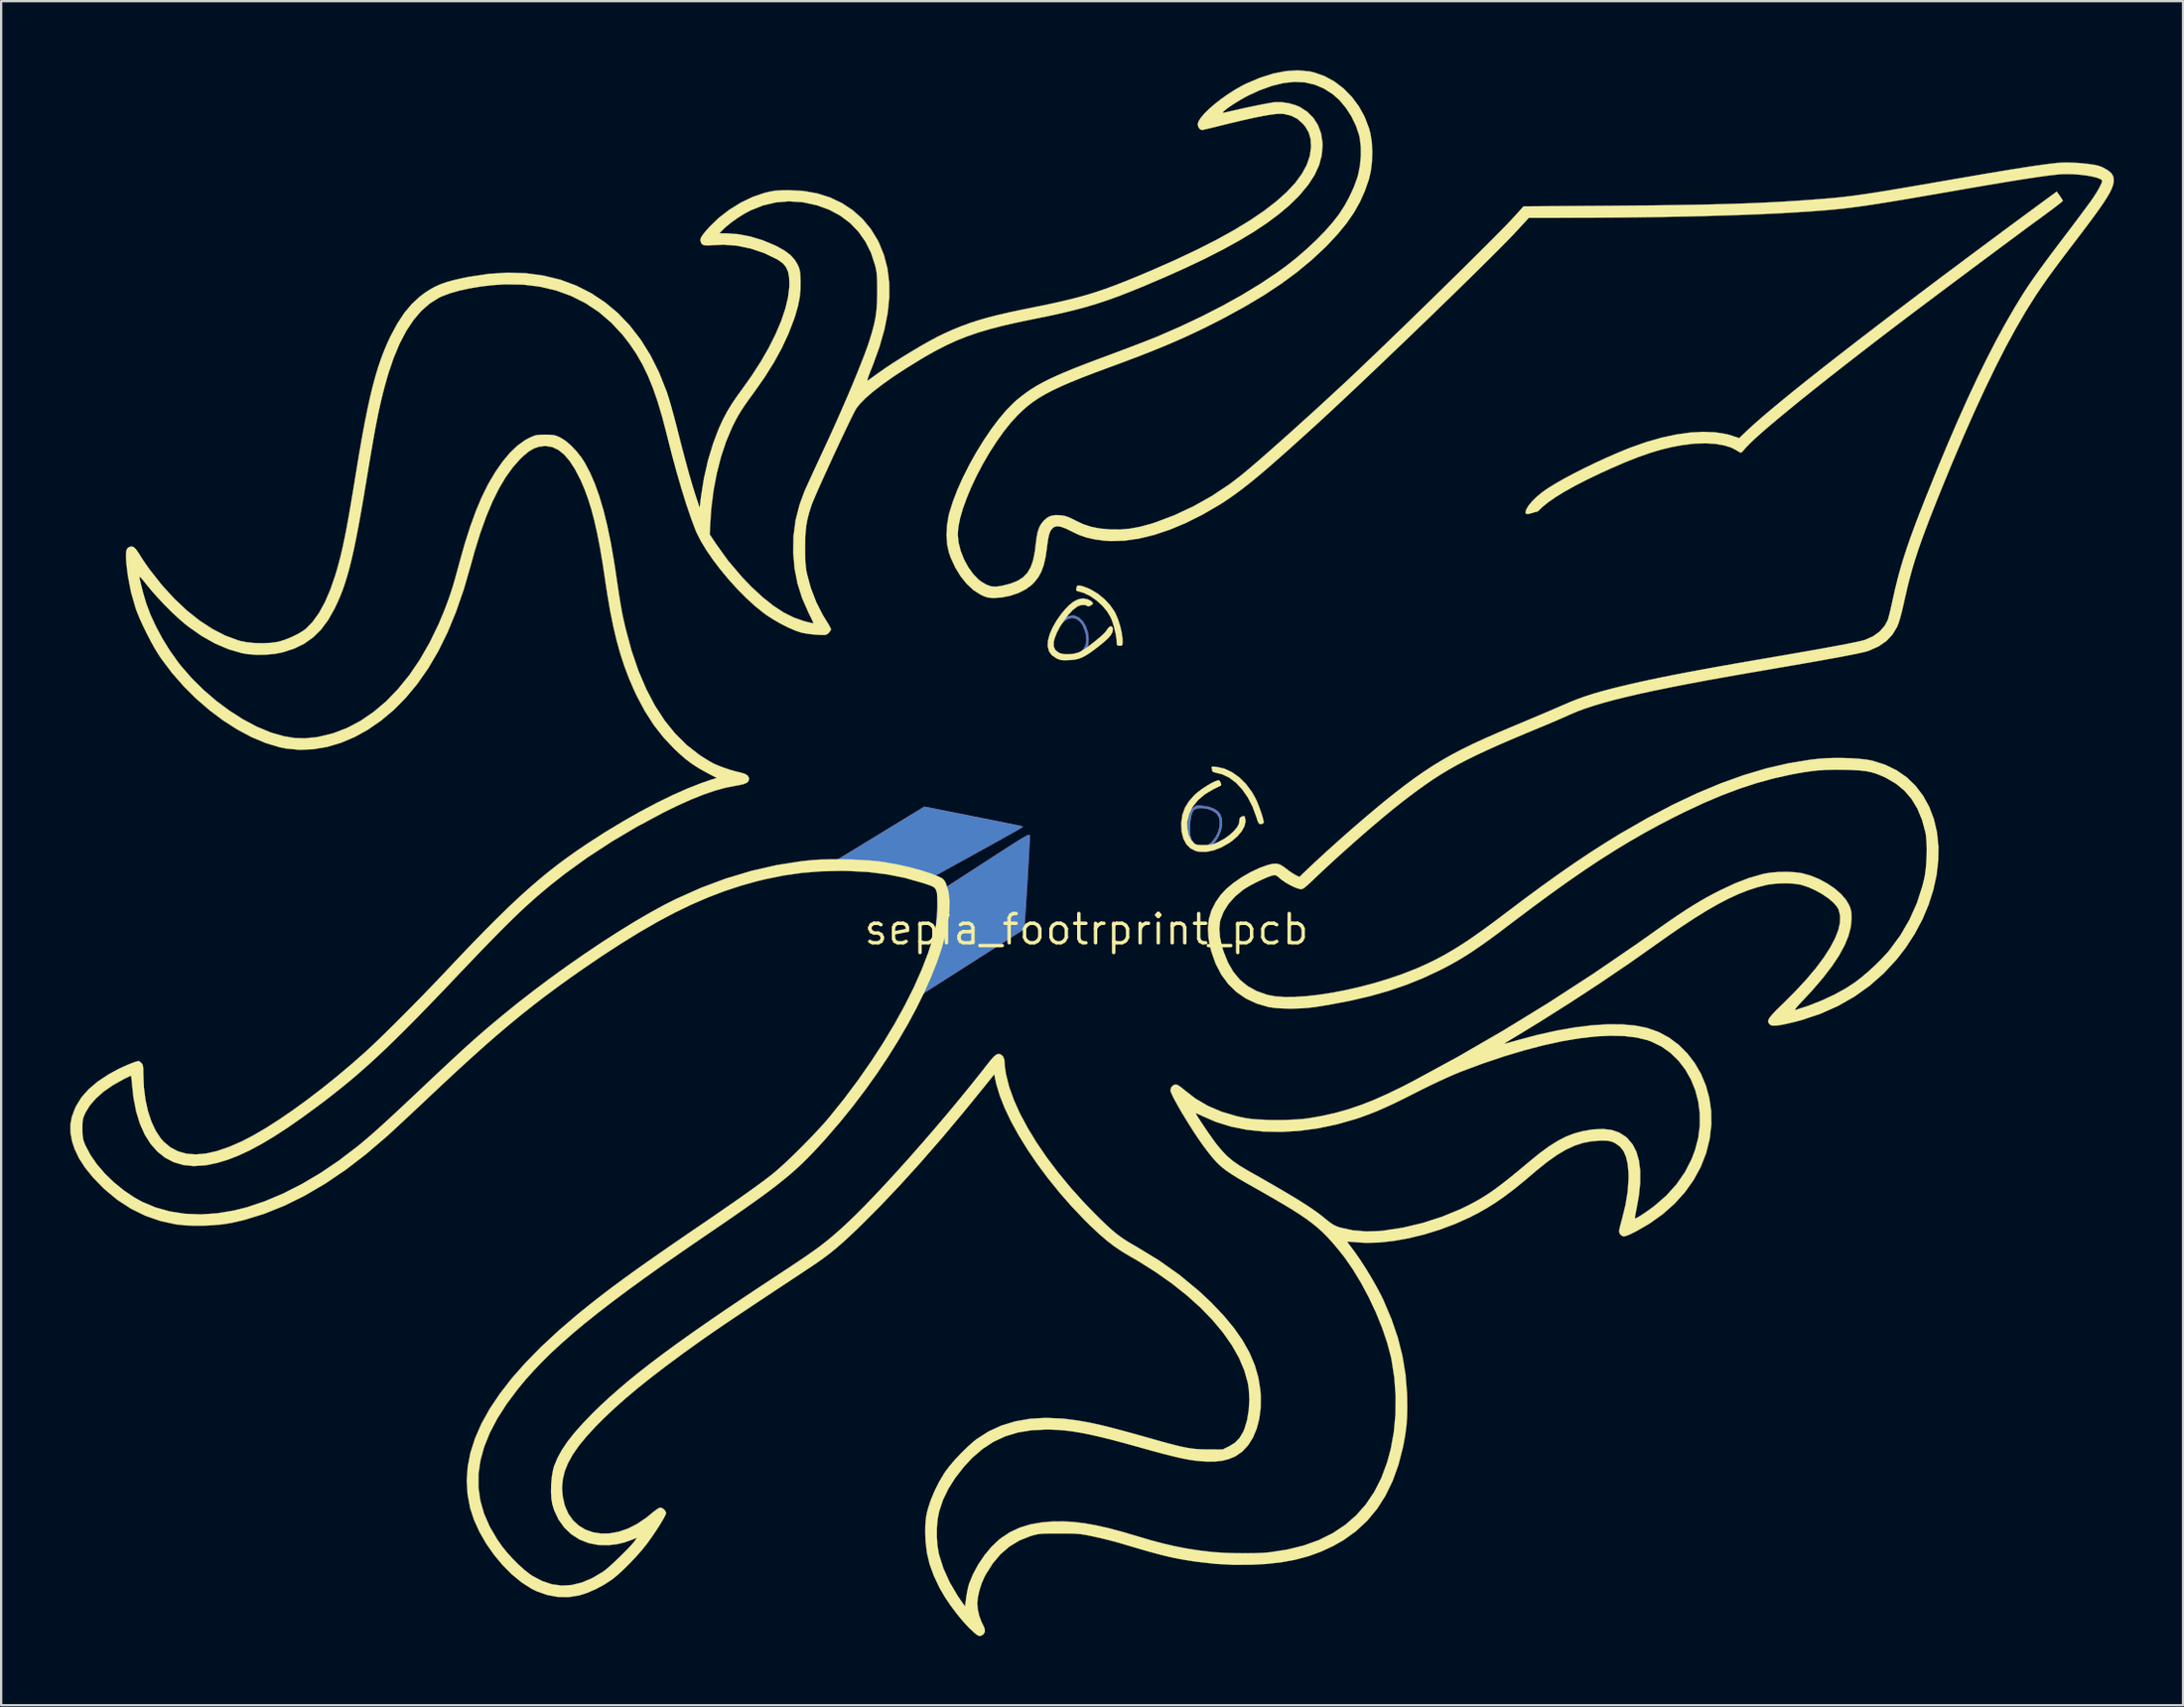
<source format=kicad_pcb>
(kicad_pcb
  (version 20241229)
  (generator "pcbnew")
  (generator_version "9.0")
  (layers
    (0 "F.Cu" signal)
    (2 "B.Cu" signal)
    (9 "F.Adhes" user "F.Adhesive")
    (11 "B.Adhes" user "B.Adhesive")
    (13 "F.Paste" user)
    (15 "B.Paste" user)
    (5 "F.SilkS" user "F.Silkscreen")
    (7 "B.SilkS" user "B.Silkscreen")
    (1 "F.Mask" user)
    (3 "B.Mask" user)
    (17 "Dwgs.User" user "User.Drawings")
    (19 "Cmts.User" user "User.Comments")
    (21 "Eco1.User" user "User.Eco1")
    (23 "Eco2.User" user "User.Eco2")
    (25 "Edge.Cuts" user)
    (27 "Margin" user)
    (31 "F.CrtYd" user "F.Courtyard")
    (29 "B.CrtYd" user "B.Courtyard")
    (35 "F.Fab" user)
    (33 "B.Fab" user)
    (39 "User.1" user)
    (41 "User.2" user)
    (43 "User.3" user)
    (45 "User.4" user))
  (footprint "sepia_footrprint_pcb"
    (layer "F.Cu")
    (at 44.108 37.31)
    (property "Reference" "sepia_footrprint_pcb" (at 0 0 0) (layer "F.SilkS") (effects (font (size 1.27 1.27) (thickness 0.15))))
    (attr through_hole)
    (fp_poly (pts (xy -0.488 -13.614) (xy -0.314 -13.529) (xy -0.16 -13.375) (xy -0.036 -13.168) (xy 0.05 -12.921) (xy 0.091 -12.651) (xy 0.093 -12.585) (xy 0.06 -12.321) (xy -0.041 -12.107) (xy -0.21 -11.943) (xy -0.447 -11.829) (xy -0.503 -11.812) (xy -0.676 -11.782) (xy -0.88 -11.772) (xy -1.081 -11.782) (xy -1.247 -11.812) (xy -1.295 -11.829) (xy -1.471 -11.946) (xy -1.584 -12.112) (xy -1.634 -12.317) (xy -1.627 -12.425) (xy -1.528 -12.425) (xy -1.513 -12.23) (xy -1.444 -12.066) (xy -1.321 -11.945) (xy -1.214 -11.897) (xy -1.037 -11.87) (xy -0.818 -11.875) (xy -0.593 -11.908) (xy -0.396 -11.967) (xy -0.344 -11.99) (xy -0.163 -12.127) (xy -0.048 -12.312) (xy -0.001 -12.54) (xy -0.023 -12.806) (xy -0.07 -12.978) (xy -0.171 -13.218) (xy -0.294 -13.384) (xy -0.446 -13.486) (xy -0.455 -13.49) (xy -0.605 -13.53) (xy -0.75 -13.511) (xy -0.904 -13.429) (xy -1.071 -13.293) (xy -1.26 -13.087) (xy -1.4 -12.865) (xy -1.49 -12.641) (xy -1.528 -12.425) (xy -1.627 -12.425) (xy -1.62 -12.552) (xy -1.54 -12.807) (xy -1.395 -13.074) (xy -1.39 -13.081) (xy -1.202 -13.318) (xy -0.999 -13.491) (xy -0.79 -13.597) (xy -0.585 -13.628) (xy -0.488 -13.614)) (stroke (width 0.01) (type solid)) (fill yes) (layer "F.Cu"))
    (fp_poly (pts (xy 4.963 -5.371) (xy 5.028 -5.367) (xy 5.304 -5.323) (xy 5.537 -5.237) (xy 5.714 -5.116) (xy 5.807 -4.996) (xy 5.875 -4.786) (xy 5.883 -4.552) (xy 5.838 -4.31) (xy 5.747 -4.073) (xy 5.618 -3.857) (xy 5.46 -3.675) (xy 5.279 -3.544) (xy 5.084 -3.477) (xy 5.01 -3.471) (xy 4.89 -3.491) (xy 4.757 -3.538) (xy 4.742 -3.545) (xy 4.579 -3.674) (xy 4.462 -3.868) (xy 4.395 -4.123) (xy 4.387 -4.278) (xy 4.487 -4.278) (xy 4.505 -4.081) (xy 4.544 -3.929) (xy 4.545 -3.925) (xy 4.667 -3.734) (xy 4.836 -3.611) (xy 5.038 -3.561) (xy 5.111 -3.579) (xy 5.22 -3.629) (xy 5.261 -3.653) (xy 5.446 -3.801) (xy 5.596 -3.991) (xy 5.706 -4.206) (xy 5.773 -4.432) (xy 5.792 -4.652) (xy 5.759 -4.85) (xy 5.67 -5.01) (xy 5.635 -5.045) (xy 5.471 -5.155) (xy 5.274 -5.231) (xy 5.067 -5.27) (xy 4.873 -5.269) (xy 4.714 -5.224) (xy 4.654 -5.183) (xy 4.593 -5.085) (xy 4.543 -4.923) (xy 4.508 -4.72) (xy 4.489 -4.498) (xy 4.487 -4.278) (xy 4.387 -4.278) (xy 4.378 -4.432) (xy 4.406 -4.749) (xy 4.436 -4.931) (xy 4.469 -5.054) (xy 4.514 -5.144) (xy 4.582 -5.225) (xy 4.601 -5.244) (xy 4.681 -5.32) (xy 4.749 -5.361) (xy 4.834 -5.376) (xy 4.963 -5.371)) (stroke (width 0.01) (type solid)) (fill yes) (layer "F.Cu"))
    (fp_poly (pts (xy -0.339 -13.642) (xy -0.167 -13.511) (xy -0.015 -13.311) (xy 0.093 -13.075) (xy 0.154 -12.82) (xy 0.169 -12.561) (xy 0.136 -12.317) (xy 0.056 -12.104) (xy -0.072 -11.939) (xy -0.115 -11.904) (xy -0.342 -11.785) (xy -0.607 -11.711) (xy -0.884 -11.685) (xy -1.147 -11.709) (xy -1.355 -11.779) (xy -1.541 -11.911) (xy -1.657 -12.085) (xy -1.709 -12.311) (xy -1.713 -12.406) (xy -1.675 -12.668) (xy -1.567 -12.941) (xy -1.398 -13.205) (xy -1.214 -13.409) (xy -0.982 -13.59) (xy -0.757 -13.69) (xy -0.541 -13.707) (xy -0.339 -13.642)) (stroke (width 0.01) (type solid)) (fill yes) (layer "F.Mask"))
    (fp_poly (pts (xy 5.287 -5.412) (xy 5.523 -5.331) (xy 5.555 -5.317) (xy 5.703 -5.237) (xy 5.8 -5.154) (xy 5.872 -5.041) (xy 5.887 -5.011) (xy 5.956 -4.777) (xy 5.96 -4.516) (xy 5.907 -4.246) (xy 5.803 -3.986) (xy 5.654 -3.753) (xy 5.468 -3.567) (xy 5.32 -3.475) (xy 5.114 -3.401) (xy 4.926 -3.399) (xy 4.73 -3.467) (xy 4.72 -3.471) (xy 4.53 -3.612) (xy 4.394 -3.815) (xy 4.314 -4.077) (xy 4.291 -4.396) (xy 4.317 -4.714) (xy 4.368 -4.978) (xy 4.438 -5.171) (xy 4.534 -5.308) (xy 4.663 -5.401) (xy 4.833 -5.449) (xy 5.049 -5.452) (xy 5.287 -5.412)) (stroke (width 0.01) (type solid)) (fill yes) (layer "F.Mask"))
    (fp_poly (pts (xy -0.488 -13.614) (xy -0.314 -13.529) (xy -0.16 -13.375) (xy -0.036 -13.168) (xy 0.05 -12.921) (xy 0.091 -12.651) (xy 0.093 -12.585) (xy 0.06 -12.321) (xy -0.041 -12.107) (xy -0.21 -11.943) (xy -0.447 -11.829) (xy -0.503 -11.812) (xy -0.676 -11.782) (xy -0.88 -11.772) (xy -1.081 -11.782) (xy -1.247 -11.812) (xy -1.295 -11.829) (xy -1.471 -11.946) (xy -1.584 -12.112) (xy -1.634 -12.317) (xy -1.627 -12.425) (xy -1.528 -12.425) (xy -1.513 -12.23) (xy -1.444 -12.066) (xy -1.321 -11.945) (xy -1.214 -11.897) (xy -1.037 -11.87) (xy -0.818 -11.875) (xy -0.593 -11.908) (xy -0.396 -11.967) (xy -0.344 -11.99) (xy -0.163 -12.127) (xy -0.048 -12.312) (xy -0.001 -12.54) (xy -0.023 -12.806) (xy -0.07 -12.978) (xy -0.171 -13.218) (xy -0.294 -13.384) (xy -0.446 -13.486) (xy -0.455 -13.49) (xy -0.605 -13.53) (xy -0.75 -13.511) (xy -0.904 -13.429) (xy -1.071 -13.293) (xy -1.26 -13.087) (xy -1.4 -12.865) (xy -1.49 -12.641) (xy -1.528 -12.425) (xy -1.627 -12.425) (xy -1.62 -12.552) (xy -1.54 -12.807) (xy -1.395 -13.074) (xy -1.39 -13.081) (xy -1.202 -13.318) (xy -0.999 -13.491) (xy -0.79 -13.597) (xy -0.585 -13.628) (xy -0.488 -13.614)) (stroke (width 0.01) (type solid)) (fill yes) (layer "B.Cu"))
    (fp_poly (pts (xy 4.963 -5.371) (xy 5.028 -5.367) (xy 5.304 -5.323) (xy 5.537 -5.237) (xy 5.714 -5.116) (xy 5.807 -4.996) (xy 5.875 -4.786) (xy 5.883 -4.552) (xy 5.838 -4.31) (xy 5.747 -4.073) (xy 5.618 -3.857) (xy 5.46 -3.675) (xy 5.279 -3.544) (xy 5.084 -3.477) (xy 5.01 -3.471) (xy 4.89 -3.491) (xy 4.757 -3.538) (xy 4.742 -3.545) (xy 4.579 -3.674) (xy 4.462 -3.868) (xy 4.395 -4.123) (xy 4.387 -4.278) (xy 4.487 -4.278) (xy 4.505 -4.081) (xy 4.544 -3.929) (xy 4.545 -3.925) (xy 4.667 -3.734) (xy 4.836 -3.611) (xy 5.038 -3.561) (xy 5.111 -3.579) (xy 5.22 -3.629) (xy 5.261 -3.653) (xy 5.446 -3.801) (xy 5.596 -3.991) (xy 5.706 -4.206) (xy 5.773 -4.432) (xy 5.792 -4.652) (xy 5.759 -4.85) (xy 5.67 -5.01) (xy 5.635 -5.045) (xy 5.471 -5.155) (xy 5.274 -5.231) (xy 5.067 -5.27) (xy 4.873 -5.269) (xy 4.714 -5.224) (xy 4.654 -5.183) (xy 4.593 -5.085) (xy 4.543 -4.923) (xy 4.508 -4.72) (xy 4.489 -4.498) (xy 4.487 -4.278) (xy 4.387 -4.278) (xy 4.378 -4.432) (xy 4.406 -4.749) (xy 4.436 -4.931) (xy 4.469 -5.054) (xy 4.514 -5.144) (xy 4.582 -5.225) (xy 4.601 -5.244) (xy 4.681 -5.32) (xy 4.749 -5.361) (xy 4.834 -5.376) (xy 4.963 -5.371)) (stroke (width 0.01) (type solid)) (fill yes) (layer "B.Cu"))
    (fp_poly (pts (xy -0.311 -13.641) (xy -0.127 -13.497) (xy 0.019 -13.278) (xy 0.022 -13.273) (xy 0.141 -12.962) (xy 0.192 -12.662) (xy 0.175 -12.385) (xy 0.089 -12.142) (xy 0.039 -12.06) (xy -0.101 -11.928) (xy -0.3 -11.82) (xy -0.536 -11.742) (xy -0.786 -11.699) (xy -1.028 -11.697) (xy -1.239 -11.739) (xy -1.291 -11.761) (xy -1.476 -11.868) (xy -1.594 -11.992) (xy -1.659 -12.153) (xy -1.686 -12.365) (xy -1.691 -12.537) (xy -1.677 -12.666) (xy -1.635 -12.793) (xy -1.57 -12.931) (xy -1.454 -13.124) (xy -1.303 -13.313) (xy -1.136 -13.482) (xy -0.968 -13.612) (xy -0.817 -13.689) (xy -0.78 -13.698) (xy -0.529 -13.709) (xy -0.311 -13.641)) (stroke (width 0.01) (type solid)) (fill yes) (layer "B.Mask"))
    (fp_poly (pts (xy 5.307 -5.426) (xy 5.534 -5.353) (xy 5.726 -5.247) (xy 5.808 -5.175) (xy 5.929 -4.987) (xy 5.988 -4.762) (xy 5.989 -4.513) (xy 5.938 -4.257) (xy 5.837 -4.009) (xy 5.693 -3.783) (xy 5.508 -3.595) (xy 5.319 -3.474) (xy 5.16 -3.41) (xy 5.027 -3.394) (xy 4.88 -3.423) (xy 4.865 -3.427) (xy 4.645 -3.535) (xy 4.477 -3.711) (xy 4.432 -3.785) (xy 4.391 -3.873) (xy 4.364 -3.966) (xy 4.348 -4.084) (xy 4.342 -4.248) (xy 4.341 -4.445) (xy 4.353 -4.761) (xy 4.389 -5.005) (xy 4.453 -5.188) (xy 4.547 -5.318) (xy 4.664 -5.401) (xy 4.846 -5.456) (xy 5.069 -5.462) (xy 5.307 -5.426)) (stroke (width 0.01) (type solid)) (fill yes) (layer "B.Mask"))
    (fp_poly (pts (xy 5.539 -7.068) (xy 5.645 -7.058) (xy 5.981 -6.982) (xy 6.311 -6.829) (xy 6.625 -6.607) (xy 6.915 -6.322) (xy 7.17 -5.983) (xy 7.329 -5.704) (xy 7.404 -5.543) (xy 7.48 -5.354) (xy 7.553 -5.155) (xy 7.616 -4.965) (xy 7.663 -4.801) (xy 7.688 -4.682) (xy 7.688 -4.631) (xy 7.632 -4.585) (xy 7.566 -4.572) (xy 7.513 -4.581) (xy 7.471 -4.62) (xy 7.43 -4.705) (xy 7.381 -4.851) (xy 7.366 -4.9) (xy 7.203 -5.341) (xy 6.998 -5.737) (xy 6.758 -6.082) (xy 6.489 -6.368) (xy 6.197 -6.589) (xy 5.889 -6.737) (xy 5.649 -6.797) (xy 5.528 -6.827) (xy 5.465 -6.867) (xy 5.461 -6.881) (xy 5.446 -6.967) (xy 5.433 -7.009) (xy 5.425 -7.05) (xy 5.455 -7.068) (xy 5.539 -7.068)) (stroke (width 0.01) (type solid)) (fill yes) (layer "F.SilkS"))
    (fp_poly (pts (xy -0.137 -14.894) (xy 0.062 -14.817) (xy 0.212 -14.747) (xy 0.501 -14.572) (xy 0.779 -14.342) (xy 1.025 -14.079) (xy 1.216 -13.804) (xy 1.263 -13.716) (xy 1.371 -13.457) (xy 1.462 -13.169) (xy 1.529 -12.881) (xy 1.563 -12.626) (xy 1.566 -12.545) (xy 1.564 -12.414) (xy 1.549 -12.347) (xy 1.51 -12.323) (xy 1.439 -12.319) (xy 1.354 -12.327) (xy 1.319 -12.368) (xy 1.312 -12.469) (xy 1.312 -12.469) (xy 1.296 -12.665) (xy 1.252 -12.906) (xy 1.188 -13.162) (xy 1.111 -13.401) (xy 1.057 -13.536) (xy 0.9 -13.803) (xy 0.686 -14.059) (xy 0.431 -14.29) (xy 0.153 -14.481) (xy -0.128 -14.617) (xy -0.323 -14.672) (xy -0.424 -14.703) (xy -0.451 -14.748) (xy -0.447 -14.762) (xy -0.425 -14.862) (xy -0.423 -14.889) (xy -0.389 -14.932) (xy -0.29 -14.933) (xy -0.137 -14.894)) (stroke (width 0.01) (type solid)) (fill yes) (layer "F.SilkS"))
    (fp_poly (pts (xy 5.783 -6.444) (xy 5.824 -6.369) (xy 5.846 -6.292) (xy 5.837 -6.251) (xy 5.794 -6.229) (xy 5.694 -6.179) (xy 5.555 -6.111) (xy 5.503 -6.086) (xy 5.15 -5.878) (xy 4.854 -5.629) (xy 4.623 -5.346) (xy 4.462 -5.038) (xy 4.379 -4.711) (xy 4.372 -4.645) (xy 4.376 -4.36) (xy 4.431 -4.101) (xy 4.532 -3.888) (xy 4.616 -3.788) (xy 4.687 -3.725) (xy 4.755 -3.688) (xy 4.844 -3.669) (xy 4.979 -3.662) (xy 5.093 -3.662) (xy 5.281 -3.666) (xy 5.423 -3.684) (xy 5.557 -3.725) (xy 5.72 -3.796) (xy 5.757 -3.814) (xy 6.001 -3.95) (xy 6.219 -4.107) (xy 6.402 -4.275) (xy 6.539 -4.442) (xy 6.621 -4.598) (xy 6.636 -4.732) (xy 6.633 -4.746) (xy 6.646 -4.818) (xy 6.704 -4.881) (xy 6.781 -4.918) (xy 6.849 -4.916) (xy 6.875 -4.885) (xy 6.904 -4.695) (xy 6.858 -4.487) (xy 6.741 -4.271) (xy 6.56 -4.053) (xy 6.318 -3.845) (xy 6.19 -3.755) (xy 5.849 -3.562) (xy 5.512 -3.432) (xy 5.189 -3.368) (xy 4.893 -3.373) (xy 4.736 -3.408) (xy 4.51 -3.523) (xy 4.332 -3.703) (xy 4.204 -3.944) (xy 4.13 -4.239) (xy 4.112 -4.583) (xy 4.114 -4.634) (xy 4.162 -4.976) (xy 4.271 -5.282) (xy 4.449 -5.569) (xy 4.689 -5.838) (xy 4.836 -5.966) (xy 5.015 -6.1) (xy 5.208 -6.228) (xy 5.398 -6.34) (xy 5.567 -6.425) (xy 5.697 -6.471) (xy 5.739 -6.477) (xy 5.783 -6.444)) (stroke (width 0.01) (type solid)) (fill yes) (layer "F.SilkS"))
    (fp_poly (pts (xy 0.051 -14.334) (xy 0.193 -14.261) (xy 0.23 -14.227) (xy 0.275 -14.168) (xy 0.264 -14.125) (xy 0.192 -14.073) (xy 0.1 -14.027) (xy 0.04 -14.041) (xy 0.032 -14.048) (xy -0.063 -14.09) (xy -0.199 -14.09) (xy -0.344 -14.049) (xy -0.406 -14.017) (xy -0.594 -13.871) (xy -0.789 -13.663) (xy -0.98 -13.415) (xy -1.152 -13.146) (xy -1.293 -12.876) (xy -1.39 -12.624) (xy -1.424 -12.475) (xy -1.421 -12.278) (xy -1.349 -12.128) (xy -1.203 -12.017) (xy -1.15 -11.993) (xy -0.982 -11.954) (xy -0.77 -11.948) (xy -0.547 -11.972) (xy -0.345 -12.025) (xy -0.268 -12.059) (xy -0.14 -12.136) (xy 0.024 -12.248) (xy 0.206 -12.384) (xy 0.391 -12.53) (xy 0.565 -12.675) (xy 0.712 -12.805) (xy 0.816 -12.91) (xy 0.856 -12.962) (xy 0.945 -13.093) (xy 1.029 -13.159) (xy 1.096 -13.158) (xy 1.136 -13.088) (xy 1.143 -13.018) (xy 1.123 -12.908) (xy 1.059 -12.789) (xy 0.944 -12.653) (xy 0.772 -12.492) (xy 0.536 -12.3) (xy 0.41 -12.203) (xy 0.164 -12.022) (xy -0.039 -11.891) (xy -0.216 -11.8) (xy -0.385 -11.742) (xy -0.566 -11.709) (xy -0.762 -11.694) (xy -0.951 -11.689) (xy -1.083 -11.697) (xy -1.188 -11.721) (xy -1.292 -11.767) (xy -1.31 -11.776) (xy -1.5 -11.905) (xy -1.619 -12.063) (xy -1.678 -12.267) (xy -1.684 -12.316) (xy -1.671 -12.546) (xy -1.599 -12.815) (xy -1.473 -13.107) (xy -1.301 -13.409) (xy -1.09 -13.707) (xy -0.916 -13.913) (xy -0.734 -14.097) (xy -0.574 -14.224) (xy -0.413 -14.31) (xy -0.28 -14.356) (xy -0.12 -14.369) (xy 0.051 -14.334)) (stroke (width 0.01) (type solid)) (fill yes) (layer "F.SilkS"))
    (fp_poly (pts (xy 42.243 -31.857) (xy 42.317 -31.747) (xy 42.365 -31.665) (xy 42.374 -31.637) (xy 42.341 -31.604) (xy 42.248 -31.528) (xy 42.104 -31.416) (xy 41.919 -31.276) (xy 41.701 -31.114) (xy 41.475 -30.948) (xy 41.228 -30.767) (xy 40.922 -30.542) (xy 40.565 -30.278) (xy 40.166 -29.982) (xy 39.732 -29.66) (xy 39.271 -29.317) (xy 38.793 -28.961) (xy 38.305 -28.597) (xy 37.816 -28.232) (xy 37.334 -27.871) (xy 36.866 -27.521) (xy 36.423 -27.188) (xy 36.011 -26.878) (xy 35.639 -26.598) (xy 35.315 -26.353) (xy 35.073 -26.169) (xy 34.311 -25.586) (xy 33.584 -25.025) (xy 32.894 -24.489) (xy 32.245 -23.98) (xy 31.638 -23.499) (xy 31.077 -23.049) (xy 30.564 -22.633) (xy 30.102 -22.252) (xy 29.693 -21.908) (xy 29.34 -21.604) (xy 29.046 -21.342) (xy 28.814 -21.124) (xy 28.646 -20.952) (xy 28.574 -20.869) (xy 28.491 -20.773) (xy 28.426 -20.712) (xy 28.404 -20.701) (xy 28.349 -20.723) (xy 28.254 -20.778) (xy 28.211 -20.807) (xy 27.974 -20.929) (xy 27.67 -21.021) (xy 27.315 -21.083) (xy 26.922 -21.111) (xy 26.505 -21.104) (xy 26.313 -21.089) (xy 25.861 -21.032) (xy 25.408 -20.949) (xy 24.945 -20.836) (xy 24.461 -20.692) (xy 23.946 -20.511) (xy 23.39 -20.291) (xy 22.781 -20.029) (xy 22.31 -19.815) (xy 21.731 -19.537) (xy 21.208 -19.268) (xy 20.746 -19.01) (xy 20.35 -18.767) (xy 20.025 -18.541) (xy 19.776 -18.334) (xy 19.724 -18.284) (xy 19.634 -18.197) (xy 19.573 -18.145) (xy 19.558 -18.138) (xy 19.523 -18.137) (xy 19.433 -18.112) (xy 19.383 -18.096) (xy 19.205 -18.045) (xy 19.095 -18.042) (xy 19.051 -18.087) (xy 19.05 -18.099) (xy 19.085 -18.233) (xy 19.184 -18.4) (xy 19.337 -18.587) (xy 19.537 -18.784) (xy 19.773 -18.981) (xy 19.791 -18.994) (xy 20.034 -19.163) (xy 20.346 -19.356) (xy 20.714 -19.566) (xy 21.127 -19.787) (xy 21.572 -20.014) (xy 22.04 -20.24) (xy 22.517 -20.461) (xy 22.993 -20.67) (xy 23.455 -20.861) (xy 23.632 -20.931) (xy 24.309 -21.169) (xy 24.969 -21.357) (xy 25.606 -21.493) (xy 26.212 -21.578) (xy 26.781 -21.608) (xy 27.304 -21.585) (xy 27.776 -21.508) (xy 28.015 -21.439) (xy 28.329 -21.334) (xy 28.632 -21.625) (xy 28.915 -21.887) (xy 29.266 -22.197) (xy 29.682 -22.552) (xy 30.163 -22.951) (xy 30.706 -23.394) (xy 31.31 -23.878) (xy 31.973 -24.402) (xy 32.693 -24.965) (xy 33.468 -25.565) (xy 34.297 -26.202) (xy 35.177 -26.873) (xy 36.108 -27.578) (xy 37.086 -28.315) (xy 38.112 -29.082) (xy 39.182 -29.879) (xy 40.295 -30.704) (xy 41.449 -31.555) (xy 41.894 -31.882) (xy 42.111 -32.041) (xy 42.243 -31.857)) (stroke (width 0.01) (type solid)) (fill yes) (layer "F.SilkS"))
    (fp_poly (pts (xy 9.664 -37.261) (xy 9.876 -37.215) (xy 10.334 -37.053) (xy 10.765 -36.817) (xy 11.162 -36.514) (xy 11.517 -36.152) (xy 11.823 -35.74) (xy 12.073 -35.285) (xy 12.26 -34.795) (xy 12.322 -34.561) (xy 12.382 -34.187) (xy 12.404 -33.768) (xy 12.389 -33.337) (xy 12.338 -32.923) (xy 12.259 -32.58) (xy 12.083 -32.069) (xy 11.867 -31.586) (xy 11.602 -31.12) (xy 11.283 -30.66) (xy 10.901 -30.193) (xy 10.449 -29.709) (xy 10.352 -29.612) (xy 9.774 -29.071) (xy 9.142 -28.548) (xy 8.45 -28.037) (xy 7.692 -27.536) (xy 6.863 -27.041) (xy 5.957 -26.546) (xy 5.736 -26.432) (xy 5.249 -26.186) (xy 4.777 -25.956) (xy 4.309 -25.737) (xy 3.831 -25.525) (xy 3.333 -25.313) (xy 2.802 -25.098) (xy 2.225 -24.872) (xy 1.59 -24.632) (xy 0.968 -24.402) (xy 0.353 -24.174) (xy -0.188 -23.966) (xy -0.662 -23.774) (xy -1.078 -23.595) (xy -1.442 -23.424) (xy -1.762 -23.257) (xy -2.046 -23.092) (xy -2.3 -22.923) (xy -2.532 -22.747) (xy -2.75 -22.56) (xy -2.961 -22.359) (xy -2.985 -22.335) (xy -3.297 -21.992) (xy -3.61 -21.598) (xy -3.917 -21.165) (xy -4.214 -20.701) (xy -4.495 -20.218) (xy -4.755 -19.726) (xy -4.989 -19.235) (xy -5.191 -18.755) (xy -5.358 -18.297) (xy -5.483 -17.87) (xy -5.561 -17.486) (xy -5.587 -17.157) (xy -5.554 -16.805) (xy -5.461 -16.439) (xy -5.319 -16.076) (xy -5.135 -15.735) (xy -4.919 -15.433) (xy -4.679 -15.189) (xy -4.562 -15.1) (xy -4.343 -14.97) (xy -4.146 -14.9) (xy -3.939 -14.885) (xy -3.691 -14.918) (xy -3.666 -14.923) (xy -3.299 -15.016) (xy -2.998 -15.135) (xy -2.756 -15.288) (xy -2.566 -15.484) (xy -2.422 -15.731) (xy -2.316 -16.037) (xy -2.241 -16.412) (xy -2.205 -16.707) (xy -2.166 -17.018) (xy -2.118 -17.262) (xy -2.054 -17.453) (xy -1.969 -17.609) (xy -1.857 -17.745) (xy -1.839 -17.764) (xy -1.694 -17.887) (xy -1.543 -17.959) (xy -1.362 -17.989) (xy -1.128 -17.983) (xy -1.098 -17.98) (xy -0.936 -17.954) (xy -0.769 -17.899) (xy -0.571 -17.805) (xy -0.49 -17.762) (xy -0.15 -17.6) (xy 0.196 -17.485) (xy 0.574 -17.41) (xy 1.006 -17.371) (xy 1.041 -17.369) (xy 1.466 -17.366) (xy 1.88 -17.403) (xy 2.307 -17.481) (xy 2.769 -17.605) (xy 2.985 -17.673) (xy 3.816 -17.987) (xy 4.642 -18.374) (xy 5.445 -18.825) (xy 6.205 -19.331) (xy 6.647 -19.667) (xy 6.881 -19.859) (xy 7.169 -20.103) (xy 7.506 -20.392) (xy 7.882 -20.721) (xy 8.292 -21.084) (xy 8.729 -21.473) (xy 9.185 -21.883) (xy 9.654 -22.307) (xy 10.129 -22.74) (xy 10.602 -23.175) (xy 11.067 -23.606) (xy 11.217 -23.746) (xy 11.529 -24.038) (xy 11.877 -24.368) (xy 12.257 -24.731) (xy 12.664 -25.121) (xy 13.093 -25.533) (xy 13.537 -25.963) (xy 13.993 -26.405) (xy 14.455 -26.854) (xy 14.917 -27.305) (xy 15.374 -27.752) (xy 15.822 -28.192) (xy 16.254 -28.618) (xy 16.666 -29.025) (xy 17.053 -29.409) (xy 17.408 -29.764) (xy 17.728 -30.085) (xy 18.007 -30.367) (xy 18.239 -30.605) (xy 18.419 -30.793) (xy 18.525 -30.907) (xy 18.968 -31.398) (xy 22.745 -31.425) (xy 23.732 -31.433) (xy 24.642 -31.442) (xy 25.482 -31.453) (xy 26.258 -31.465) (xy 26.978 -31.48) (xy 27.648 -31.497) (xy 28.277 -31.516) (xy 28.87 -31.537) (xy 29.435 -31.562) (xy 29.98 -31.589) (xy 30.51 -31.62) (xy 31.034 -31.654) (xy 31.517 -31.689) (xy 31.811 -31.712) (xy 32.083 -31.733) (xy 32.339 -31.756) (xy 32.586 -31.779) (xy 32.832 -31.805) (xy 33.083 -31.835) (xy 33.347 -31.868) (xy 33.629 -31.908) (xy 33.937 -31.953) (xy 34.278 -32.006) (xy 34.659 -32.067) (xy 35.086 -32.138) (xy 35.567 -32.219) (xy 36.108 -32.312) (xy 36.716 -32.417) (xy 37.398 -32.535) (xy 37.651 -32.579) (xy 38.426 -32.712) (xy 39.122 -32.831) (xy 39.742 -32.934) (xy 40.292 -33.024) (xy 40.774 -33.1) (xy 41.193 -33.163) (xy 41.552 -33.213) (xy 41.856 -33.252) (xy 42.108 -33.28) (xy 42.312 -33.297) (xy 42.544 -33.303) (xy 42.829 -33.295) (xy 43.139 -33.274) (xy 43.291 -33.26) (xy 43.554 -33.23) (xy 43.753 -33.2) (xy 43.905 -33.166) (xy 44.031 -33.124) (xy 44.124 -33.082) (xy 44.343 -32.958) (xy 44.487 -32.833) (xy 44.566 -32.696) (xy 44.588 -32.539) (xy 44.577 -32.423) (xy 44.546 -32.296) (xy 44.49 -32.152) (xy 44.408 -31.984) (xy 44.293 -31.787) (xy 44.144 -31.555) (xy 43.957 -31.283) (xy 43.727 -30.964) (xy 43.452 -30.593) (xy 43.128 -30.164) (xy 43.03 -30.035) (xy 42.698 -29.6) (xy 42.412 -29.222) (xy 42.164 -28.892) (xy 41.95 -28.602) (xy 41.761 -28.343) (xy 41.592 -28.104) (xy 41.436 -27.879) (xy 41.286 -27.657) (xy 41.164 -27.471) (xy 40.757 -26.823) (xy 40.34 -26.106) (xy 39.911 -25.317) (xy 39.471 -24.455) (xy 39.017 -23.519) (xy 38.549 -22.506) (xy 38.067 -21.415) (xy 37.569 -20.245) (xy 37.104 -19.113) (xy 36.846 -18.471) (xy 36.619 -17.895) (xy 36.421 -17.376) (xy 36.247 -16.902) (xy 36.095 -16.464) (xy 35.96 -16.05) (xy 35.84 -15.651) (xy 35.731 -15.256) (xy 35.63 -14.855) (xy 35.533 -14.437) (xy 35.478 -14.188) (xy 35.4 -13.851) (xy 35.324 -13.557) (xy 35.252 -13.319) (xy 35.187 -13.15) (xy 35.183 -13.14) (xy 34.98 -12.803) (xy 34.711 -12.519) (xy 34.376 -12.289) (xy 33.977 -12.112) (xy 33.846 -12.069) (xy 33.699 -12.032) (xy 33.472 -11.982) (xy 33.168 -11.92) (xy 32.79 -11.847) (xy 32.342 -11.764) (xy 31.827 -11.671) (xy 31.248 -11.569) (xy 30.609 -11.458) (xy 29.912 -11.339) (xy 29.824 -11.324) (xy 28.764 -11.142) (xy 27.784 -10.97) (xy 26.882 -10.807) (xy 26.053 -10.651) (xy 25.294 -10.502) (xy 24.601 -10.36) (xy 23.971 -10.223) (xy 23.4 -10.09) (xy 22.885 -9.962) (xy 22.423 -9.836) (xy 22.009 -9.713) (xy 21.64 -9.591) (xy 21.313 -9.47) (xy 21.024 -9.348) (xy 20.987 -9.332) (xy 20.77 -9.234) (xy 20.501 -9.116) (xy 20.207 -8.99) (xy 19.915 -8.867) (xy 19.754 -8.8) (xy 19.056 -8.51) (xy 18.43 -8.245) (xy 17.868 -8.001) (xy 17.361 -7.773) (xy 16.902 -7.558) (xy 16.483 -7.351) (xy 16.096 -7.148) (xy 15.734 -6.945) (xy 15.388 -6.737) (xy 15.05 -6.52) (xy 14.714 -6.29) (xy 14.37 -6.043) (xy 14.01 -5.775) (xy 13.73 -5.56) (xy 13.346 -5.255) (xy 12.915 -4.901) (xy 12.448 -4.507) (xy 11.959 -4.085) (xy 11.459 -3.645) (xy 10.96 -3.197) (xy 10.475 -2.753) (xy 10.015 -2.322) (xy 9.913 -2.225) (xy 9.721 -2.042) (xy 9.579 -1.911) (xy 9.475 -1.824) (xy 9.4 -1.773) (xy 9.342 -1.75) (xy 9.292 -1.748) (xy 9.264 -1.752) (xy 9.087 -1.807) (xy 8.876 -1.904) (xy 8.66 -2.024) (xy 8.471 -2.154) (xy 8.408 -2.206) (xy 8.297 -2.301) (xy 8.221 -2.349) (xy 8.153 -2.36) (xy 8.067 -2.341) (xy 8.03 -2.331) (xy 7.839 -2.262) (xy 7.603 -2.16) (xy 7.348 -2.037) (xy 7.102 -1.906) (xy 6.889 -1.78) (xy 6.798 -1.718) (xy 6.448 -1.429) (xy 6.163 -1.109) (xy 5.95 -0.767) (xy 5.813 -0.411) (xy 5.794 -0.333) (xy 5.764 -0.02) (xy 5.794 0.344) (xy 5.883 0.751) (xy 5.95 0.968) (xy 6.142 1.443) (xy 6.377 1.848) (xy 6.659 2.185) (xy 6.993 2.46) (xy 7.383 2.675) (xy 7.832 2.836) (xy 7.86 2.843) (xy 8.192 2.906) (xy 8.593 2.935) (xy 9.051 2.931) (xy 9.558 2.897) (xy 10.104 2.835) (xy 10.681 2.745) (xy 11.278 2.629) (xy 11.886 2.49) (xy 12.496 2.329) (xy 13.098 2.147) (xy 13.684 1.947) (xy 14.243 1.729) (xy 14.393 1.666) (xy 14.788 1.489) (xy 15.17 1.302) (xy 15.549 1.1) (xy 15.933 0.876) (xy 16.332 0.625) (xy 16.757 0.34) (xy 17.217 0.016) (xy 17.721 -0.354) (xy 18.203 -0.718) (xy 19.018 -1.333) (xy 19.781 -1.894) (xy 20.498 -2.409) (xy 21.179 -2.882) (xy 21.833 -3.32) (xy 22.466 -3.727) (xy 23.088 -4.111) (xy 23.22 -4.189) (xy 24.349 -4.838) (xy 25.442 -5.412) (xy 26.501 -5.914) (xy 27.529 -6.343) (xy 28.53 -6.702) (xy 29.505 -6.992) (xy 30.459 -7.213) (xy 31.393 -7.367) (xy 31.767 -7.41) (xy 32.092 -7.434) (xy 32.452 -7.446) (xy 32.826 -7.445) (xy 33.196 -7.432) (xy 33.543 -7.409) (xy 33.846 -7.376) (xy 34.087 -7.333) (xy 34.112 -7.327) (xy 34.663 -7.151) (xy 35.158 -6.911) (xy 35.596 -6.609) (xy 35.979 -6.242) (xy 36.306 -5.812) (xy 36.574 -5.327) (xy 36.779 -4.79) (xy 36.913 -4.217) (xy 36.975 -3.617) (xy 36.969 -2.995) (xy 36.895 -2.359) (xy 36.754 -1.716) (xy 36.549 -1.073) (xy 36.281 -0.436) (xy 35.95 0.187) (xy 35.559 0.79) (xy 35.172 1.291) (xy 34.61 1.9) (xy 33.994 2.443) (xy 33.327 2.919) (xy 32.611 3.327) (xy 31.846 3.667) (xy 31.036 3.936) (xy 30.731 4.017) (xy 30.402 4.094) (xy 30.146 4.147) (xy 29.952 4.175) (xy 29.812 4.18) (xy 29.717 4.163) (xy 29.662 4.129) (xy 29.611 4.068) (xy 29.587 4.006) (xy 29.595 3.934) (xy 29.642 3.844) (xy 29.731 3.729) (xy 29.869 3.58) (xy 30.06 3.388) (xy 30.251 3.203) (xy 30.783 2.671) (xy 31.253 2.162) (xy 31.66 1.677) (xy 32.003 1.218) (xy 32.28 0.787) (xy 32.49 0.387) (xy 32.633 0.02) (xy 32.706 -0.312) (xy 32.709 -0.607) (xy 32.641 -0.863) (xy 32.578 -0.978) (xy 32.423 -1.16) (xy 32.203 -1.348) (xy 31.937 -1.53) (xy 31.64 -1.696) (xy 31.333 -1.834) (xy 31.032 -1.934) (xy 31.03 -1.935) (xy 30.794 -1.977) (xy 30.503 -1.999) (xy 30.186 -2.001) (xy 29.87 -1.983) (xy 29.582 -1.944) (xy 29.507 -1.929) (xy 29.116 -1.83) (xy 28.717 -1.701) (xy 28.304 -1.538) (xy 27.871 -1.34) (xy 27.413 -1.101) (xy 26.922 -0.82) (xy 26.393 -0.492) (xy 25.819 -0.114) (xy 25.194 0.316) (xy 24.745 0.635) (xy 23.522 1.496) (xy 22.243 2.363) (xy 20.932 3.22) (xy 19.616 4.05) (xy 18.595 4.673) (xy 18.418 4.779) (xy 18.271 4.87) (xy 18.167 4.935) (xy 18.12 4.967) (xy 18.119 4.969) (xy 18.157 4.962) (xy 18.263 4.935) (xy 18.422 4.892) (xy 18.621 4.836) (xy 18.743 4.801) (xy 19.603 4.573) (xy 20.425 4.39) (xy 21.206 4.253) (xy 21.941 4.163) (xy 22.624 4.12) (xy 23.253 4.124) (xy 23.822 4.176) (xy 24.326 4.276) (xy 24.339 4.28) (xy 24.832 4.455) (xy 25.289 4.702) (xy 25.706 5.014) (xy 26.078 5.385) (xy 26.401 5.807) (xy 26.671 6.274) (xy 26.882 6.779) (xy 27.03 7.316) (xy 27.111 7.877) (xy 27.12 8.456) (xy 27.12 8.469) (xy 27.046 9.104) (xy 26.892 9.72) (xy 26.66 10.311) (xy 26.354 10.875) (xy 25.976 11.408) (xy 25.529 11.904) (xy 25.016 12.36) (xy 24.439 12.772) (xy 23.871 13.101) (xy 23.648 13.213) (xy 23.486 13.286) (xy 23.37 13.322) (xy 23.287 13.324) (xy 23.224 13.295) (xy 23.184 13.258) (xy 23.145 13.208) (xy 23.124 13.154) (xy 23.122 13.079) (xy 23.14 12.969) (xy 23.18 12.809) (xy 23.242 12.584) (xy 23.393 11.969) (xy 23.488 11.387) (xy 23.528 10.849) (xy 23.526 10.583) (xy 23.491 10.196) (xy 23.42 9.88) (xy 23.31 9.627) (xy 23.156 9.433) (xy 22.957 9.288) (xy 22.914 9.266) (xy 22.801 9.217) (xy 22.689 9.188) (xy 22.551 9.174) (xy 22.361 9.171) (xy 22.31 9.172) (xy 21.926 9.198) (xy 21.554 9.269) (xy 21.185 9.39) (xy 20.81 9.564) (xy 20.419 9.796) (xy 20.003 10.09) (xy 19.554 10.451) (xy 19.441 10.548) (xy 18.962 10.953) (xy 18.528 11.303) (xy 18.126 11.606) (xy 17.743 11.871) (xy 17.368 12.107) (xy 16.989 12.321) (xy 16.616 12.511) (xy 15.978 12.796) (xy 15.317 13.043) (xy 14.648 13.249) (xy 13.981 13.412) (xy 13.331 13.528) (xy 12.709 13.595) (xy 12.129 13.61) (xy 11.772 13.589) (xy 11.589 13.573) (xy 11.441 13.562) (xy 11.345 13.557) (xy 11.319 13.559) (xy 11.337 13.595) (xy 11.395 13.677) (xy 11.458 13.76) (xy 11.666 14.037) (xy 11.896 14.372) (xy 12.135 14.744) (xy 12.37 15.133) (xy 12.59 15.519) (xy 12.781 15.881) (xy 12.889 16.101) (xy 13.237 16.921) (xy 13.51 17.722) (xy 13.711 18.517) (xy 13.843 19.32) (xy 13.911 20.144) (xy 13.916 20.3) (xy 13.923 20.769) (xy 13.913 21.183) (xy 13.883 21.569) (xy 13.832 21.955) (xy 13.757 22.37) (xy 13.73 22.5) (xy 13.536 23.259) (xy 13.284 23.956) (xy 12.975 24.591) (xy 12.608 25.164) (xy 12.184 25.676) (xy 11.701 26.127) (xy 11.159 26.517) (xy 10.71 26.772) (xy 10.175 27.02) (xy 9.629 27.219) (xy 9.059 27.372) (xy 8.45 27.483) (xy 7.79 27.555) (xy 7.154 27.588) (xy 6.368 27.591) (xy 5.607 27.551) (xy 4.831 27.464) (xy 4.6 27.431) (xy 4.326 27.388) (xy 4.073 27.344) (xy 3.827 27.296) (xy 3.577 27.242) (xy 3.312 27.178) (xy 3.02 27.102) (xy 2.691 27.012) (xy 2.311 26.903) (xy 1.87 26.773) (xy 1.524 26.67) (xy 1.257 26.594) (xy 0.944 26.512) (xy 0.623 26.433) (xy 0.333 26.368) (xy 0.318 26.364) (xy 0.094 26.318) (xy -0.091 26.283) (xy -0.257 26.259) (xy -0.424 26.243) (xy -0.613 26.234) (xy -0.843 26.23) (xy -1.134 26.229) (xy -1.185 26.229) (xy -1.482 26.229) (xy -1.71 26.232) (xy -1.885 26.238) (xy -2.023 26.249) (xy -2.141 26.267) (xy -2.255 26.293) (xy -2.38 26.329) (xy -2.434 26.345) (xy -2.908 26.533) (xy -3.338 26.793) (xy -3.724 27.124) (xy -4.068 27.529) (xy -4.369 28.006) (xy -4.442 28.146) (xy -4.553 28.404) (xy -4.645 28.69) (xy -4.71 28.975) (xy -4.74 29.225) (xy -4.741 29.271) (xy -4.718 29.533) (xy -4.654 29.812) (xy -4.56 30.066) (xy -4.506 30.17) (xy -4.422 30.356) (xy -4.411 30.501) (xy -4.474 30.608) (xy -4.497 30.626) (xy -4.585 30.676) (xy -4.661 30.682) (xy -4.75 30.637) (xy -4.858 30.552) (xy -5.102 30.325) (xy -5.366 30.038) (xy -5.636 29.71) (xy -5.898 29.359) (xy -6.138 29.003) (xy -6.341 28.66) (xy -6.387 28.575) (xy -6.631 28.058) (xy -6.809 27.565) (xy -6.925 27.075) (xy -6.985 26.57) (xy -6.997 26.183) (xy -6.994 25.916) (xy -6.983 25.706) (xy -6.963 25.527) (xy -6.93 25.35) (xy -6.885 25.167) (xy -6.765 24.795) (xy -6.599 24.394) (xy -6.401 23.995) (xy -6.183 23.629) (xy -6.128 23.545) (xy -5.937 23.294) (xy -5.699 23.016) (xy -5.433 22.733) (xy -5.16 22.466) (xy -4.9 22.236) (xy -4.766 22.131) (xy -4.255 21.803) (xy -3.699 21.547) (xy -3.1 21.363) (xy -2.458 21.251) (xy -1.773 21.211) (xy -1.046 21.243) (xy -0.779 21.272) (xy -0.504 21.309) (xy -0.234 21.35) (xy 0.04 21.399) (xy 0.329 21.458) (xy 0.643 21.529) (xy 0.991 21.615) (xy 1.383 21.717) (xy 1.83 21.838) (xy 2.34 21.98) (xy 2.731 22.09) (xy 3.169 22.214) (xy 3.539 22.316) (xy 3.85 22.397) (xy 4.115 22.46) (xy 4.345 22.507) (xy 4.551 22.54) (xy 4.745 22.562) (xy 4.938 22.575) (xy 5.142 22.581) (xy 5.271 22.582) (xy 5.907 22.585) (xy 6.194 22.443) (xy 6.446 22.287) (xy 6.643 22.084) (xy 6.799 21.822) (xy 6.861 21.675) (xy 6.974 21.291) (xy 7.044 20.861) (xy 7.069 20.412) (xy 7.046 19.971) (xy 7.003 19.694) (xy 6.853 19.156) (xy 6.622 18.611) (xy 6.312 18.062) (xy 5.929 17.512) (xy 5.473 16.966) (xy 4.949 16.425) (xy 4.359 15.894) (xy 3.706 15.375) (xy 2.995 14.873) (xy 2.226 14.39) (xy 1.867 14.182) (xy 1.525 13.977) (xy 1.199 13.756) (xy 0.876 13.507) (xy 0.542 13.219) (xy 0.182 12.881) (xy -0.088 12.614) (xy -0.647 12.026) (xy -1.179 11.418) (xy -1.679 10.798) (xy -2.143 10.173) (xy -2.567 9.55) (xy -2.945 8.936) (xy -3.274 8.338) (xy -3.548 7.764) (xy -3.763 7.221) (xy -3.914 6.717) (xy -3.949 6.558) (xy -4.004 6.29) (xy -4.443 6.839) (xy -5.397 8.01) (xy -6.321 9.11) (xy -7.215 10.136) (xy -8.078 11.089) (xy -8.908 11.967) (xy -9.616 12.68) (xy -9.981 13.037) (xy -10.302 13.342) (xy -10.591 13.606) (xy -10.86 13.839) (xy -11.123 14.053) (xy -11.393 14.257) (xy -11.681 14.463) (xy -12.001 14.681) (xy -12.129 14.765) (xy -12.82 15.222) (xy -13.445 15.636) (xy -14.007 16.009) (xy -14.511 16.344) (xy -14.961 16.644) (xy -15.361 16.912) (xy -15.714 17.151) (xy -16.026 17.363) (xy -16.301 17.551) (xy -16.542 17.719) (xy -16.722 17.845) (xy -17.513 18.413) (xy -18.234 18.947) (xy -18.891 19.451) (xy -19.489 19.93) (xy -20.033 20.388) (xy -20.528 20.829) (xy -20.98 21.259) (xy -21.273 21.553) (xy -21.686 22) (xy -22.028 22.415) (xy -22.3 22.806) (xy -22.506 23.178) (xy -22.65 23.538) (xy -22.734 23.894) (xy -22.761 24.251) (xy -22.736 24.617) (xy -22.735 24.621) (xy -22.644 25.021) (xy -22.493 25.367) (xy -22.289 25.657) (xy -22.037 25.89) (xy -21.746 26.065) (xy -21.42 26.18) (xy -21.066 26.234) (xy -20.691 26.227) (xy -20.302 26.155) (xy -19.903 26.019) (xy -19.503 25.816) (xy -19.106 25.546) (xy -18.944 25.413) (xy -18.792 25.288) (xy -18.655 25.187) (xy -18.55 25.122) (xy -18.5 25.104) (xy -18.399 25.137) (xy -18.305 25.219) (xy -18.25 25.317) (xy -18.246 25.347) (xy -18.27 25.418) (xy -18.335 25.546) (xy -18.434 25.717) (xy -18.558 25.918) (xy -18.701 26.137) (xy -18.853 26.362) (xy -19.007 26.579) (xy -19.106 26.712) (xy -19.31 26.966) (xy -19.553 27.241) (xy -19.817 27.52) (xy -20.084 27.785) (xy -20.338 28.019) (xy -20.563 28.205) (xy -20.595 28.229) (xy -20.924 28.446) (xy -21.289 28.643) (xy -21.66 28.805) (xy -22.008 28.917) (xy -22.013 28.919) (xy -22.472 28.992) (xy -22.943 28.985) (xy -23.413 28.9) (xy -23.87 28.738) (xy -24.085 28.632) (xy -24.517 28.355) (xy -24.941 28.007) (xy -25.346 27.6) (xy -25.723 27.146) (xy -26.062 26.659) (xy -26.352 26.152) (xy -26.586 25.636) (xy -26.752 25.126) (xy -26.752 25.125) (xy -26.864 24.533) (xy -26.9 23.935) (xy -26.857 23.329) (xy -26.737 22.716) (xy -26.538 22.093) (xy -26.261 21.461) (xy -25.903 20.819) (xy -25.466 20.165) (xy -24.949 19.498) (xy -24.351 18.819) (xy -23.671 18.127) (xy -22.91 17.419) (xy -22.066 16.696) (xy -21.557 16.285) (xy -21.203 16.007) (xy -20.838 15.726) (xy -20.454 15.437) (xy -20.044 15.135) (xy -19.602 14.816) (xy -19.121 14.474) (xy -18.594 14.105) (xy -18.015 13.703) (xy -17.375 13.264) (xy -16.891 12.933) (xy -16.296 12.526) (xy -15.766 12.162) (xy -15.298 11.838) (xy -14.886 11.549) (xy -14.526 11.292) (xy -14.213 11.065) (xy -13.941 10.863) (xy -13.706 10.682) (xy -13.631 10.624) (xy -13.417 10.444) (xy -13.159 10.212) (xy -12.869 9.941) (xy -12.561 9.641) (xy -12.246 9.326) (xy -11.936 9.007) (xy -11.643 8.696) (xy -11.379 8.406) (xy -11.158 8.149) (xy -10.525 7.362) (xy -9.922 6.556) (xy -9.353 5.741) (xy -8.822 4.922) (xy -8.332 4.107) (xy -7.889 3.303) (xy -7.495 2.517) (xy -7.156 1.756) (xy -6.874 1.026) (xy -6.654 0.337) (xy -6.556 -0.042) (xy -6.51 -0.289) (xy -6.477 -0.564) (xy -6.459 -0.849) (xy -6.455 -1.125) (xy -6.465 -1.373) (xy -6.49 -1.573) (xy -6.526 -1.698) (xy -6.558 -1.762) (xy -6.599 -1.812) (xy -6.662 -1.855) (xy -6.764 -1.901) (xy -6.917 -1.956) (xy -7.118 -2.022) (xy -7.877 -2.237) (xy -8.663 -2.394) (xy -9.487 -2.495) (xy -10.361 -2.54) (xy -10.67 -2.543) (xy -11.528 -2.523) (xy -12.34 -2.458) (xy -13.136 -2.345) (xy -13.942 -2.181) (xy -14.296 -2.095) (xy -15.004 -1.897) (xy -15.708 -1.665) (xy -16.414 -1.396) (xy -17.13 -1.087) (xy -17.861 -0.734) (xy -18.615 -0.333) (xy -19.398 0.118) (xy -20.218 0.624) (xy -21.082 1.188) (xy -21.78 1.664) (xy -22.367 2.074) (xy -22.924 2.474) (xy -23.46 2.871) (xy -23.983 3.272) (xy -24.501 3.683) (xy -25.023 4.111) (xy -25.556 4.562) (xy -26.109 5.045) (xy -26.689 5.564) (xy -27.306 6.128) (xy -27.966 6.742) (xy -28.448 7.196) (xy -28.757 7.487) (xy -29.067 7.779) (xy -29.369 8.061) (xy -29.652 8.326) (xy -29.908 8.564) (xy -30.126 8.765) (xy -30.296 8.921) (xy -30.353 8.973) (xy -31.253 9.745) (xy -32.148 10.433) (xy -33.04 11.037) (xy -33.927 11.558) (xy -34.81 11.995) (xy -35.687 12.348) (xy -36.559 12.617) (xy -37.117 12.745) (xy -37.476 12.802) (xy -37.886 12.841) (xy -38.32 12.862) (xy -38.752 12.864) (xy -39.156 12.846) (xy -39.505 12.809) (xy -39.518 12.807) (xy -40.204 12.658) (xy -40.857 12.43) (xy -41.478 12.124) (xy -42.067 11.74) (xy -42.622 11.279) (xy -42.706 11.199) (xy -43.125 10.766) (xy -43.465 10.346) (xy -43.73 9.935) (xy -43.924 9.525) (xy -44.03 9.196) (xy -44.098 8.828) (xy -44.101 8.653) (xy -43.581 8.653) (xy -43.581 8.656) (xy -43.577 8.866) (xy -43.564 9.021) (xy -43.537 9.151) (xy -43.49 9.286) (xy -43.451 9.378) (xy -43.238 9.786) (xy -42.953 10.198) (xy -42.608 10.6) (xy -42.214 10.982) (xy -41.784 11.332) (xy -41.33 11.638) (xy -40.988 11.828) (xy -40.407 12.073) (xy -39.787 12.246) (xy -39.134 12.347) (xy -38.451 12.375) (xy -37.746 12.33) (xy -37.022 12.211) (xy -36.448 12.068) (xy -35.665 11.805) (xy -34.865 11.467) (xy -34.057 11.056) (xy -33.248 10.578) (xy -32.448 10.037) (xy -31.665 9.439) (xy -31.466 9.276) (xy -31.266 9.108) (xy -31.057 8.928) (xy -30.833 8.731) (xy -30.587 8.509) (xy -30.312 8.258) (xy -30.001 7.97) (xy -29.648 7.64) (xy -29.244 7.26) (xy -28.977 7.009) (xy -28.52 6.577) (xy -28.116 6.197) (xy -27.76 5.863) (xy -27.443 5.569) (xy -27.16 5.307) (xy -26.901 5.071) (xy -26.662 4.856) (xy -26.434 4.654) (xy -26.21 4.459) (xy -25.983 4.264) (xy -25.746 4.064) (xy -25.492 3.852) (xy -25.358 3.74) (xy -24.687 3.196) (xy -23.984 2.65) (xy -23.259 2.106) (xy -22.52 1.573) (xy -21.777 1.057) (xy -21.04 0.562) (xy -20.317 0.097) (xy -19.618 -0.334) (xy -18.953 -0.722) (xy -18.33 -1.063) (xy -17.837 -1.313) (xy -16.748 -1.8) (xy -15.651 -2.21) (xy -14.55 -2.541) (xy -13.45 -2.792) (xy -12.358 -2.963) (xy -11.898 -3.01) (xy -11.551 -3.031) (xy -11.149 -3.042) (xy -10.712 -3.043) (xy -10.262 -3.034) (xy -9.819 -3.016) (xy -9.404 -2.99) (xy -9.037 -2.955) (xy -8.814 -2.926) (xy -8.253 -2.828) (xy -7.713 -2.709) (xy -7.208 -2.575) (xy -6.758 -2.429) (xy -6.427 -2.298) (xy -6.286 -2.229) (xy -6.198 -2.16) (xy -6.135 -2.066) (xy -6.101 -1.991) (xy -5.994 -1.646) (xy -5.946 -1.246) (xy -5.953 -0.795) (xy -6.014 -0.297) (xy -6.125 0.243) (xy -6.287 0.821) (xy -6.495 1.431) (xy -6.749 2.071) (xy -7.045 2.735) (xy -7.382 3.418) (xy -7.758 4.117) (xy -8.171 4.826) (xy -8.618 5.542) (xy -9.097 6.26) (xy -9.607 6.976) (xy -10.145 7.684) (xy -10.709 8.381) (xy -11.298 9.062) (xy -11.352 9.123) (xy -11.603 9.4) (xy -11.841 9.656) (xy -12.073 9.896) (xy -12.303 10.125) (xy -12.538 10.346) (xy -12.784 10.566) (xy -13.046 10.788) (xy -13.33 11.018) (xy -13.643 11.26) (xy -13.99 11.519) (xy -14.378 11.8) (xy -14.811 12.107) (xy -15.296 12.445) (xy -15.839 12.819) (xy -16.445 13.233) (xy -16.595 13.335) (xy -17.528 13.975) (xy -18.391 14.576) (xy -19.188 15.143) (xy -19.922 15.677) (xy -20.598 16.183) (xy -21.22 16.663) (xy -21.79 17.12) (xy -22.313 17.558) (xy -22.793 17.979) (xy -23.233 18.387) (xy -23.638 18.785) (xy -24.01 19.176) (xy -24.355 19.563) (xy -24.667 19.939) (xy -25.161 20.596) (xy -25.571 21.237) (xy -25.899 21.863) (xy -26.145 22.474) (xy -26.309 23.073) (xy -26.391 23.662) (xy -26.391 24.24) (xy -26.309 24.811) (xy -26.146 25.376) (xy -25.902 25.935) (xy -25.576 26.49) (xy -25.361 26.797) (xy -25.153 27.056) (xy -24.911 27.323) (xy -24.654 27.58) (xy -24.398 27.811) (xy -24.162 27.997) (xy -24.045 28.076) (xy -23.624 28.297) (xy -23.204 28.437) (xy -22.78 28.495) (xy -22.352 28.47) (xy -21.914 28.364) (xy -21.465 28.175) (xy -21.002 27.903) (xy -20.984 27.892) (xy -20.864 27.8) (xy -20.701 27.66) (xy -20.51 27.487) (xy -20.306 27.293) (xy -20.103 27.094) (xy -19.914 26.902) (xy -19.755 26.732) (xy -19.639 26.598) (xy -19.606 26.553) (xy -19.509 26.415) (xy -19.735 26.505) (xy -20.067 26.623) (xy -20.383 26.696) (xy -20.729 26.737) (xy -20.743 26.738) (xy -21.196 26.73) (xy -21.621 26.645) (xy -22.012 26.488) (xy -22.362 26.263) (xy -22.665 25.975) (xy -22.914 25.628) (xy -23.103 25.228) (xy -23.182 24.972) (xy -23.225 24.719) (xy -23.242 24.414) (xy -23.234 24.085) (xy -23.204 23.76) (xy -23.153 23.467) (xy -23.103 23.292) (xy -22.963 22.957) (xy -22.777 22.614) (xy -22.538 22.257) (xy -22.241 21.879) (xy -21.882 21.472) (xy -21.456 21.03) (xy -21.444 21.018) (xy -21.09 20.673) (xy -20.717 20.327) (xy -20.32 19.975) (xy -19.894 19.614) (xy -19.436 19.241) (xy -18.941 18.854) (xy -18.405 18.449) (xy -17.824 18.022) (xy -17.193 17.572) (xy -16.51 17.094) (xy -15.769 16.585) (xy -14.966 16.044) (xy -14.097 15.465) (xy -13.335 14.963) (xy -12.888 14.669) (xy -12.503 14.412) (xy -12.171 14.187) (xy -11.882 13.985) (xy -11.627 13.801) (xy -11.397 13.625) (xy -11.181 13.453) (xy -10.97 13.275) (xy -10.755 13.086) (xy -10.527 12.879) (xy -10.372 12.734) (xy -10.004 12.381) (xy -9.593 11.968) (xy -9.146 11.502) (xy -8.668 10.992) (xy -8.167 10.444) (xy -7.65 9.867) (xy -7.123 9.269) (xy -6.594 8.656) (xy -6.069 8.038) (xy -5.556 7.421) (xy -5.06 6.813) (xy -4.588 6.223) (xy -4.318 5.877) (xy -4.158 5.676) (xy -4.034 5.536) (xy -3.937 5.451) (xy -3.857 5.412) (xy -3.782 5.41) (xy -3.739 5.422) (xy -3.628 5.504) (xy -3.568 5.652) (xy -3.556 5.792) (xy -3.548 5.915) (xy -3.527 6.087) (xy -3.496 6.274) (xy -3.491 6.304) (xy -3.357 6.836) (xy -3.154 7.404) (xy -2.885 8.002) (xy -2.553 8.623) (xy -2.163 9.261) (xy -1.719 9.912) (xy -1.223 10.568) (xy -0.681 11.223) (xy -0.096 11.873) (xy 0.339 12.321) (xy 0.634 12.614) (xy 0.886 12.855) (xy 1.107 13.055) (xy 1.312 13.225) (xy 1.513 13.375) (xy 1.725 13.516) (xy 1.96 13.658) (xy 2.17 13.778) (xy 3.141 14.369) (xy 4.047 15.012) (xy 4.888 15.709) (xy 5.424 16.214) (xy 5.954 16.771) (xy 6.404 17.314) (xy 6.777 17.849) (xy 7.074 18.379) (xy 7.3 18.911) (xy 7.455 19.448) (xy 7.544 19.996) (xy 7.564 20.278) (xy 7.558 20.784) (xy 7.496 21.257) (xy 7.383 21.689) (xy 7.221 22.073) (xy 7.014 22.403) (xy 6.763 22.672) (xy 6.474 22.872) (xy 6.417 22.9) (xy 6.157 23.005) (xy 5.888 23.072) (xy 5.589 23.105) (xy 5.238 23.107) (xy 5.13 23.102) (xy 4.922 23.088) (xy 4.71 23.066) (xy 4.484 23.033) (xy 4.236 22.987) (xy 3.956 22.927) (xy 3.634 22.849) (xy 3.261 22.753) (xy 2.826 22.636) (xy 2.322 22.495) (xy 2.265 22.479) (xy 1.642 22.307) (xy 1.09 22.16) (xy 0.599 22.038) (xy 0.16 21.938) (xy -0.235 21.86) (xy -0.597 21.8) (xy -0.934 21.758) (xy -1.256 21.732) (xy -1.572 21.719) (xy -1.748 21.717) (xy -2.391 21.749) (xy -2.982 21.847) (xy -3.528 22.012) (xy -4.035 22.248) (xy -4.509 22.558) (xy -4.956 22.943) (xy -5.313 23.326) (xy -5.694 23.813) (xy -5.998 24.293) (xy -6.231 24.777) (xy -6.397 25.273) (xy -6.462 25.608) (xy -6.495 25.991) (xy -6.497 26.394) (xy -6.467 26.785) (xy -6.405 27.135) (xy -6.402 27.147) (xy -6.209 27.752) (xy -5.937 28.354) (xy -5.588 28.945) (xy -5.466 29.123) (xy -5.273 29.396) (xy -5.222 29.017) (xy -5.19 28.815) (xy -5.15 28.617) (xy -5.11 28.457) (xy -5.1 28.427) (xy -4.927 28) (xy -4.697 27.575) (xy -4.424 27.171) (xy -4.123 26.809) (xy -3.805 26.506) (xy -3.716 26.435) (xy -3.322 26.176) (xy -2.898 25.978) (xy -2.433 25.835) (xy -1.917 25.746) (xy -1.439 25.71) (xy -1.001 25.708) (xy -0.551 25.733) (xy -0.081 25.79) (xy 0.422 25.879) (xy 0.969 26.003) (xy 1.569 26.163) (xy 2.135 26.33) (xy 2.756 26.514) (xy 3.32 26.665) (xy 3.848 26.788) (xy 4.359 26.887) (xy 4.873 26.966) (xy 5.392 27.029) (xy 5.718 27.056) (xy 6.09 27.076) (xy 6.488 27.087) (xy 6.89 27.091) (xy 7.274 27.087) (xy 7.62 27.075) (xy 7.905 27.054) (xy 7.938 27.05) (xy 8.716 26.93) (xy 9.434 26.752) (xy 10.092 26.514) (xy 10.689 26.217) (xy 11.228 25.859) (xy 11.707 25.441) (xy 12.128 24.963) (xy 12.491 24.423) (xy 12.796 23.822) (xy 13.044 23.158) (xy 13.203 22.577) (xy 13.339 21.834) (xy 13.411 21.056) (xy 13.419 20.261) (xy 13.362 19.469) (xy 13.242 18.699) (xy 13.209 18.542) (xy 13.048 17.937) (xy 12.83 17.297) (xy 12.564 16.642) (xy 12.259 15.991) (xy 11.924 15.361) (xy 11.567 14.771) (xy 11.198 14.24) (xy 11.058 14.06) (xy 10.843 13.796) (xy 10.64 13.559) (xy 10.442 13.343) (xy 10.241 13.142) (xy 10.031 12.952) (xy 9.802 12.765) (xy 9.549 12.576) (xy 9.263 12.381) (xy 8.936 12.172) (xy 8.562 11.945) (xy 8.133 11.693) (xy 7.642 11.412) (xy 7.287 11.211) (xy 6.906 10.995) (xy 6.59 10.811) (xy 6.327 10.649) (xy 6.108 10.502) (xy 5.922 10.362) (xy 5.759 10.219) (xy 5.607 10.067) (xy 5.457 9.896) (xy 5.298 9.698) (xy 5.17 9.532) (xy 5.014 9.319) (xy 4.843 9.072) (xy 4.663 8.801) (xy 4.48 8.515) (xy 4.301 8.226) (xy 4.155 7.985) (xy 4.741 7.985) (xy 4.764 8.035) (xy 4.828 8.141) (xy 4.923 8.289) (xy 5.04 8.467) (xy 5.172 8.662) (xy 5.309 8.861) (xy 5.442 9.05) (xy 5.562 9.217) (xy 5.652 9.336) (xy 5.88 9.612) (xy 6.105 9.845) (xy 6.346 10.05) (xy 6.625 10.245) (xy 6.96 10.448) (xy 7.012 10.477) (xy 7.572 10.795) (xy 8.065 11.077) (xy 8.496 11.327) (xy 8.871 11.55) (xy 9.197 11.748) (xy 9.48 11.927) (xy 9.728 12.09) (xy 9.945 12.241) (xy 10.138 12.384) (xy 10.315 12.523) (xy 10.386 12.582) (xy 10.567 12.726) (xy 10.717 12.825) (xy 10.863 12.895) (xy 11.021 12.949) (xy 11.553 13.065) (xy 12.127 13.114) (xy 12.735 13.096) (xy 12.89 13.08) (xy 13.743 12.949) (xy 14.598 12.745) (xy 15.435 12.475) (xy 16.234 12.146) (xy 16.576 11.979) (xy 16.833 11.844) (xy 17.076 11.707) (xy 17.312 11.562) (xy 17.553 11.402) (xy 17.808 11.221) (xy 18.085 11.011) (xy 18.394 10.767) (xy 18.745 10.48) (xy 19.146 10.145) (xy 19.246 10.061) (xy 19.681 9.708) (xy 20.078 9.418) (xy 20.448 9.184) (xy 20.804 9.001) (xy 21.158 8.863) (xy 21.522 8.763) (xy 21.906 8.696) (xy 22.01 8.684) (xy 22.426 8.665) (xy 22.789 8.708) (xy 23.107 8.815) (xy 23.385 8.988) (xy 23.474 9.064) (xy 23.698 9.328) (xy 23.866 9.654) (xy 23.977 10.042) (xy 24.033 10.49) (xy 24.032 10.998) (xy 23.974 11.564) (xy 23.87 12.143) (xy 23.835 12.315) (xy 23.811 12.452) (xy 23.8 12.537) (xy 23.801 12.555) (xy 23.846 12.544) (xy 23.945 12.491) (xy 24.085 12.405) (xy 24.251 12.295) (xy 24.431 12.169) (xy 24.611 12.036) (xy 24.659 11.999) (xy 25.172 11.552) (xy 25.61 11.065) (xy 25.975 10.539) (xy 26.264 9.973) (xy 26.411 9.585) (xy 26.551 9.051) (xy 26.619 8.516) (xy 26.617 7.988) (xy 26.551 7.473) (xy 26.421 6.979) (xy 26.233 6.514) (xy 25.989 6.084) (xy 25.692 5.698) (xy 25.345 5.361) (xy 24.952 5.083) (xy 24.515 4.869) (xy 24.334 4.805) (xy 23.867 4.693) (xy 23.336 4.63) (xy 22.743 4.615) (xy 22.094 4.648) (xy 21.391 4.729) (xy 20.638 4.856) (xy 19.84 5.03) (xy 19 5.249) (xy 18.121 5.513) (xy 17.208 5.82) (xy 16.264 6.172) (xy 16.19 6.201) (xy 15.948 6.301) (xy 15.651 6.432) (xy 15.315 6.586) (xy 14.96 6.755) (xy 14.604 6.93) (xy 14.33 7.068) (xy 13.818 7.327) (xy 13.366 7.548) (xy 12.961 7.736) (xy 12.59 7.897) (xy 12.24 8.036) (xy 11.899 8.16) (xy 11.675 8.235) (xy 10.858 8.468) (xy 10.044 8.638) (xy 9.24 8.746) (xy 8.453 8.792) (xy 7.69 8.777) (xy 6.958 8.699) (xy 6.264 8.56) (xy 5.616 8.359) (xy 5.069 8.122) (xy 4.923 8.052) (xy 4.81 8.003) (xy 4.748 7.983) (xy 4.741 7.985) (xy 4.155 7.985) (xy 4.131 7.944) (xy 3.977 7.679) (xy 3.845 7.441) (xy 3.74 7.241) (xy 3.671 7.088) (xy 3.641 6.994) (xy 3.641 6.985) (xy 3.676 6.86) (xy 3.765 6.766) (xy 3.878 6.731) (xy 3.963 6.761) (xy 4.088 6.842) (xy 4.238 6.965) (xy 4.727 7.345) (xy 5.27 7.663) (xy 5.871 7.919) (xy 6.53 8.114) (xy 6.921 8.197) (xy 7.187 8.233) (xy 7.516 8.258) (xy 7.888 8.274) (xy 8.284 8.278) (xy 8.683 8.273) (xy 9.064 8.256) (xy 9.408 8.23) (xy 9.652 8.199) (xy 10.233 8.096) (xy 10.791 7.971) (xy 11.338 7.818) (xy 11.887 7.633) (xy 12.453 7.412) (xy 13.047 7.149) (xy 13.685 6.84) (xy 14.16 6.595) (xy 16.115 5.533) (xy 18.08 4.396) (xy 20.043 3.192) (xy 21.991 1.928) (xy 23.914 0.612) (xy 24.448 0.234) (xy 24.922 -0.102) (xy 25.339 -0.394) (xy 25.711 -0.646) (xy 26.046 -0.867) (xy 26.357 -1.063) (xy 26.652 -1.24) (xy 26.943 -1.405) (xy 27.24 -1.564) (xy 27.495 -1.695) (xy 28.149 -2.001) (xy 28.759 -2.235) (xy 29.329 -2.399) (xy 29.48 -2.433) (xy 29.76 -2.474) (xy 30.085 -2.496) (xy 30.424 -2.499) (xy 30.746 -2.483) (xy 31.022 -2.447) (xy 31.059 -2.44) (xy 31.433 -2.336) (xy 31.802 -2.184) (xy 32.154 -1.993) (xy 32.475 -1.774) (xy 32.75 -1.535) (xy 32.966 -1.285) (xy 33.094 -1.07) (xy 33.153 -0.925) (xy 33.188 -0.792) (xy 33.203 -0.635) (xy 33.205 -0.466) (xy 33.171 -0.102) (xy 33.07 0.284) (xy 32.902 0.693) (xy 32.665 1.129) (xy 32.358 1.593) (xy 31.979 2.088) (xy 31.526 2.617) (xy 31.111 3.065) (xy 30.938 3.249) (xy 30.823 3.38) (xy 30.763 3.461) (xy 30.754 3.496) (xy 30.777 3.496) (xy 31.344 3.312) (xy 31.91 3.088) (xy 32.453 2.835) (xy 32.952 2.561) (xy 33.357 2.297) (xy 33.624 2.091) (xy 33.919 1.841) (xy 34.22 1.565) (xy 34.504 1.284) (xy 34.75 1.019) (xy 34.855 0.896) (xy 35.325 0.254) (xy 35.722 -0.428) (xy 36.042 -1.145) (xy 36.284 -1.894) (xy 36.371 -2.254) (xy 36.414 -2.518) (xy 36.445 -2.828) (xy 36.463 -3.163) (xy 36.468 -3.498) (xy 36.459 -3.811) (xy 36.435 -4.078) (xy 36.413 -4.212) (xy 36.264 -4.762) (xy 36.063 -5.246) (xy 35.809 -5.666) (xy 35.499 -6.027) (xy 35.132 -6.33) (xy 34.704 -6.58) (xy 34.65 -6.606) (xy 34.426 -6.705) (xy 34.222 -6.781) (xy 34.021 -6.837) (xy 33.804 -6.877) (xy 33.552 -6.904) (xy 33.249 -6.922) (xy 32.964 -6.931) (xy 32.491 -6.937) (xy 32.067 -6.926) (xy 31.661 -6.896) (xy 31.246 -6.843) (xy 30.792 -6.766) (xy 30.586 -6.727) (xy 29.834 -6.56) (xy 29.089 -6.356) (xy 28.337 -6.111) (xy 27.567 -5.82) (xy 26.767 -5.48) (xy 25.925 -5.085) (xy 25.526 -4.887) (xy 24.879 -4.552) (xy 24.242 -4.205) (xy 23.609 -3.841) (xy 22.971 -3.456) (xy 22.32 -3.043) (xy 21.648 -2.598) (xy 20.948 -2.115) (xy 20.213 -1.591) (xy 19.433 -1.018) (xy 18.602 -0.394) (xy 18.415 -0.252) (xy 17.945 0.104) (xy 17.53 0.411) (xy 17.157 0.678) (xy 16.817 0.912) (xy 16.499 1.12) (xy 16.192 1.307) (xy 15.885 1.483) (xy 15.568 1.653) (xy 15.311 1.784) (xy 14.605 2.115) (xy 13.874 2.409) (xy 13.11 2.669) (xy 12.302 2.898) (xy 11.438 3.099) (xy 10.509 3.276) (xy 9.927 3.369) (xy 9.596 3.408) (xy 9.232 3.432) (xy 8.86 3.44) (xy 8.501 3.432) (xy 8.179 3.41) (xy 7.915 3.372) (xy 7.895 3.367) (xy 7.382 3.218) (xy 6.919 3.001) (xy 6.509 2.718) (xy 6.151 2.37) (xy 5.849 1.959) (xy 5.604 1.487) (xy 5.417 0.956) (xy 5.4 0.892) (xy 5.3 0.41) (xy 5.269 -0.031) (xy 5.31 -0.44) (xy 5.423 -0.825) (xy 5.611 -1.195) (xy 5.821 -1.493) (xy 6.065 -1.756) (xy 6.375 -2.016) (xy 6.732 -2.264) (xy 7.119 -2.486) (xy 7.516 -2.672) (xy 7.853 -2.793) (xy 8.075 -2.848) (xy 8.25 -2.857) (xy 8.406 -2.813) (xy 8.571 -2.711) (xy 8.654 -2.647) (xy 8.802 -2.534) (xy 8.956 -2.431) (xy 9.06 -2.37) (xy 9.24 -2.279) (xy 9.456 -2.487) (xy 9.927 -2.932) (xy 10.43 -3.395) (xy 10.951 -3.865) (xy 11.481 -4.333) (xy 12.008 -4.788) (xy 12.52 -5.221) (xy 13.006 -5.622) (xy 13.455 -5.98) (xy 13.811 -6.254) (xy 14.228 -6.562) (xy 14.63 -6.843) (xy 15.026 -7.103) (xy 15.427 -7.348) (xy 15.843 -7.585) (xy 16.286 -7.818) (xy 16.766 -8.053) (xy 17.293 -8.296) (xy 17.877 -8.553) (xy 18.531 -8.829) (xy 18.636 -8.873) (xy 18.987 -9.02) (xy 19.35 -9.172) (xy 19.706 -9.323) (xy 20.04 -9.465) (xy 20.334 -9.592) (xy 20.571 -9.695) (xy 20.616 -9.715) (xy 20.976 -9.869) (xy 21.315 -10.004) (xy 21.653 -10.125) (xy 22.008 -10.239) (xy 22.399 -10.351) (xy 22.844 -10.468) (xy 23.135 -10.54) (xy 23.549 -10.639) (xy 23.982 -10.738) (xy 24.44 -10.838) (xy 24.93 -10.94) (xy 25.458 -11.046) (xy 26.032 -11.157) (xy 26.657 -11.274) (xy 27.341 -11.398) (xy 28.091 -11.531) (xy 28.912 -11.674) (xy 29.591 -11.79) (xy 30.374 -11.925) (xy 31.075 -12.047) (xy 31.694 -12.156) (xy 32.232 -12.253) (xy 32.692 -12.339) (xy 33.073 -12.412) (xy 33.377 -12.474) (xy 33.605 -12.525) (xy 33.759 -12.565) (xy 33.794 -12.575) (xy 34.138 -12.728) (xy 34.424 -12.934) (xy 34.646 -13.191) (xy 34.774 -13.429) (xy 34.802 -13.515) (xy 34.842 -13.668) (xy 34.892 -13.87) (xy 34.946 -14.106) (xy 34.99 -14.309) (xy 35.09 -14.761) (xy 35.197 -15.198) (xy 35.314 -15.629) (xy 35.444 -16.068) (xy 35.592 -16.525) (xy 35.761 -17.012) (xy 35.954 -17.541) (xy 36.176 -18.123) (xy 36.431 -18.769) (xy 36.442 -18.796) (xy 36.917 -19.971) (xy 37.375 -21.069) (xy 37.817 -22.095) (xy 38.246 -23.052) (xy 38.664 -23.946) (xy 39.073 -24.781) (xy 39.476 -25.563) (xy 39.875 -26.296) (xy 40.272 -26.984) (xy 40.596 -27.517) (xy 40.744 -27.748) (xy 40.907 -27.994) (xy 41.092 -28.262) (xy 41.304 -28.56) (xy 41.547 -28.894) (xy 41.828 -29.274) (xy 42.152 -29.705) (xy 42.483 -30.141) (xy 42.713 -30.445) (xy 42.935 -30.74) (xy 43.143 -31.018) (xy 43.328 -31.267) (xy 43.484 -31.479) (xy 43.604 -31.643) (xy 43.679 -31.75) (xy 43.679 -31.75) (xy 43.821 -31.97) (xy 43.939 -32.169) (xy 44.026 -32.336) (xy 44.076 -32.458) (xy 44.082 -32.525) (xy 44.082 -32.526) (xy 44.003 -32.587) (xy 43.855 -32.644) (xy 43.65 -32.695) (xy 43.404 -32.739) (xy 43.13 -32.773) (xy 42.843 -32.794) (xy 42.557 -32.802) (xy 42.286 -32.794) (xy 42.256 -32.792) (xy 42.012 -32.768) (xy 41.692 -32.729) (xy 41.297 -32.674) (xy 40.824 -32.603) (xy 40.272 -32.516) (xy 39.642 -32.412) (xy 38.93 -32.292) (xy 38.137 -32.155) (xy 38.114 -32.151) (xy 37.359 -32.019) (xy 36.68 -31.901) (xy 36.071 -31.797) (xy 35.525 -31.704) (xy 35.035 -31.622) (xy 34.594 -31.55) (xy 34.195 -31.488) (xy 33.831 -31.433) (xy 33.495 -31.386) (xy 33.181 -31.345) (xy 32.882 -31.309) (xy 32.59 -31.278) (xy 32.3 -31.25) (xy 32.003 -31.225) (xy 31.694 -31.201) (xy 31.365 -31.177) (xy 31.009 -31.154) (xy 30.776 -31.139) (xy 30.135 -31.101) (xy 29.419 -31.067) (xy 28.635 -31.035) (xy 27.792 -31.006) (xy 26.9 -30.98) (xy 25.966 -30.957) (xy 25 -30.938) (xy 24.01 -30.923) (xy 23.005 -30.912) (xy 21.994 -30.905) (xy 21.145 -30.903) (xy 19.198 -30.901) (xy 18.69 -30.35) (xy 18.501 -30.149) (xy 18.255 -29.895) (xy 17.957 -29.593) (xy 17.614 -29.249) (xy 17.229 -28.866) (xy 16.808 -28.45) (xy 16.356 -28.007) (xy 15.878 -27.54) (xy 15.38 -27.056) (xy 14.867 -26.558) (xy 14.343 -26.053) (xy 13.815 -25.544) (xy 13.286 -25.038) (xy 12.763 -24.538) (xy 12.25 -24.05) (xy 11.753 -23.579) (xy 11.276 -23.13) (xy 10.826 -22.708) (xy 10.406 -22.318) (xy 10.023 -21.965) (xy 9.842 -21.8) (xy 9.294 -21.302) (xy 8.801 -20.859) (xy 8.358 -20.465) (xy 7.959 -20.116) (xy 7.598 -19.807) (xy 7.271 -19.534) (xy 6.972 -19.293) (xy 6.694 -19.078) (xy 6.432 -18.885) (xy 6.182 -18.709) (xy 5.937 -18.546) (xy 5.76 -18.434) (xy 5.034 -18.012) (xy 4.319 -17.654) (xy 3.618 -17.36) (xy 2.936 -17.132) (xy 2.28 -16.972) (xy 1.653 -16.882) (xy 1.061 -16.863) (xy 0.766 -16.882) (xy 0.348 -16.939) (xy -0.014 -17.022) (xy -0.345 -17.14) (xy -0.628 -17.276) (xy -0.893 -17.406) (xy -1.102 -17.483) (xy -1.263 -17.509) (xy -1.385 -17.485) (xy -1.417 -17.467) (xy -1.504 -17.393) (xy -1.572 -17.291) (xy -1.625 -17.147) (xy -1.668 -16.948) (xy -1.706 -16.682) (xy -1.716 -16.592) (xy -1.775 -16.176) (xy -1.854 -15.83) (xy -1.958 -15.541) (xy -2.092 -15.294) (xy -2.264 -15.077) (xy -2.373 -14.966) (xy -2.631 -14.774) (xy -2.949 -14.612) (xy -3.305 -14.491) (xy -3.679 -14.415) (xy -4.002 -14.393) (xy -4.176 -14.399) (xy -4.315 -14.422) (xy -4.455 -14.472) (xy -4.606 -14.543) (xy -4.91 -14.738) (xy -5.199 -15.006) (xy -5.464 -15.336) (xy -5.696 -15.716) (xy -5.889 -16.135) (xy -5.976 -16.383) (xy -6.05 -16.729) (xy -6.076 -17.121) (xy -6.055 -17.537) (xy -5.987 -17.953) (xy -5.954 -18.087) (xy -5.8 -18.578) (xy -5.6 -19.098) (xy -5.359 -19.636) (xy -5.085 -20.179) (xy -4.785 -20.715) (xy -4.466 -21.234) (xy -4.136 -21.722) (xy -3.801 -22.168) (xy -3.468 -22.56) (xy -3.144 -22.887) (xy -3.018 -22.998) (xy -2.81 -23.165) (xy -2.603 -23.321) (xy -2.389 -23.467) (xy -2.161 -23.608) (xy -1.912 -23.747) (xy -1.634 -23.888) (xy -1.32 -24.034) (xy -0.963 -24.189) (xy -0.555 -24.356) (xy -0.089 -24.539) (xy 0.443 -24.741) (xy 1.047 -24.966) (xy 1.069 -24.974) (xy 1.429 -25.109) (xy 1.796 -25.247) (xy 2.152 -25.383) (xy 2.484 -25.511) (xy 2.775 -25.625) (xy 3.01 -25.719) (xy 3.101 -25.756) (xy 4.07 -26.179) (xy 5.007 -26.622) (xy 5.904 -27.082) (xy 6.75 -27.553) (xy 7.536 -28.03) (xy 8.253 -28.508) (xy 8.657 -28.802) (xy 9.109 -29.159) (xy 9.552 -29.541) (xy 9.971 -29.935) (xy 10.355 -30.328) (xy 10.69 -30.708) (xy 10.958 -31.054) (xy 11.198 -31.425) (xy 11.418 -31.83) (xy 11.607 -32.243) (xy 11.751 -32.637) (xy 11.794 -32.787) (xy 11.869 -33.168) (xy 11.907 -33.571) (xy 11.907 -33.968) (xy 11.867 -34.331) (xy 11.836 -34.48) (xy 11.699 -34.891) (xy 11.504 -35.294) (xy 11.263 -35.67) (xy 10.988 -36.001) (xy 10.701 -36.261) (xy 10.316 -36.508) (xy 9.912 -36.682) (xy 9.486 -36.781) (xy 9.034 -36.805) (xy 8.554 -36.755) (xy 8.043 -36.631) (xy 7.497 -36.432) (xy 7.048 -36.226) (xy 6.853 -36.123) (xy 6.64 -36) (xy 6.427 -35.87) (xy 6.233 -35.742) (xy 6.075 -35.628) (xy 5.97 -35.541) (xy 5.956 -35.527) (xy 5.922 -35.487) (xy 5.919 -35.467) (xy 5.96 -35.466) (xy 6.056 -35.485) (xy 6.222 -35.523) (xy 6.231 -35.525) (xy 6.576 -35.604) (xy 6.922 -35.681) (xy 7.255 -35.752) (xy 7.562 -35.814) (xy 7.828 -35.865) (xy 8.04 -35.902) (xy 8.185 -35.923) (xy 8.191 -35.923) (xy 8.474 -35.923) (xy 8.785 -35.875) (xy 9.088 -35.787) (xy 9.267 -35.71) (xy 9.587 -35.502) (xy 9.849 -35.237) (xy 10.048 -34.921) (xy 10.18 -34.563) (xy 10.241 -34.168) (xy 10.245 -34.04) (xy 10.207 -33.61) (xy 10.093 -33.186) (xy 9.9 -32.764) (xy 9.627 -32.34) (xy 9.272 -31.911) (xy 9.168 -31.799) (xy 8.779 -31.423) (xy 8.334 -31.049) (xy 7.83 -30.674) (xy 7.263 -30.297) (xy 6.631 -29.916) (xy 5.93 -29.53) (xy 5.158 -29.135) (xy 4.311 -28.732) (xy 3.387 -28.318) (xy 2.487 -27.934) (xy 1.922 -27.703) (xy 1.402 -27.501) (xy 0.911 -27.324) (xy 0.434 -27.166) (xy -0.047 -27.022) (xy -0.548 -26.889) (xy -1.085 -26.76) (xy -1.673 -26.631) (xy -2.307 -26.503) (xy -2.999 -26.36) (xy -3.619 -26.219) (xy -4.179 -26.074) (xy -4.691 -25.922) (xy -5.167 -25.759) (xy -5.62 -25.579) (xy -6.061 -25.378) (xy -6.504 -25.153) (xy -6.959 -24.898) (xy -7.221 -24.743) (xy -7.835 -24.363) (xy -8.381 -24.005) (xy -8.856 -23.669) (xy -9.259 -23.358) (xy -9.588 -23.073) (xy -9.842 -22.814) (xy -9.989 -22.627) (xy -10.037 -22.544) (xy -10.115 -22.394) (xy -10.219 -22.184) (xy -10.344 -21.926) (xy -10.487 -21.628) (xy -10.642 -21.3) (xy -10.805 -20.95) (xy -10.973 -20.59) (xy -11.14 -20.227) (xy -11.302 -19.872) (xy -11.456 -19.534) (xy -11.596 -19.221) (xy -11.718 -18.945) (xy -11.818 -18.713) (xy -11.892 -18.536) (xy -11.932 -18.429) (xy -12.033 -18.114) (xy -12.108 -17.831) (xy -12.16 -17.557) (xy -12.192 -17.267) (xy -12.209 -16.939) (xy -12.213 -16.573) (xy -12.21 -16.236) (xy -12.201 -15.965) (xy -12.183 -15.744) (xy -12.156 -15.557) (xy -12.139 -15.466) (xy -11.966 -14.828) (xy -11.733 -14.218) (xy -11.446 -13.653) (xy -11.301 -13.417) (xy -11.208 -13.268) (xy -11.136 -13.14) (xy -11.096 -13.053) (xy -11.091 -13.033) (xy -11.12 -12.962) (xy -11.19 -12.876) (xy -11.196 -12.87) (xy -11.249 -12.826) (xy -11.306 -12.798) (xy -11.385 -12.786) (xy -11.507 -12.787) (xy -11.692 -12.796) (xy -11.715 -12.798) (xy -11.93 -12.817) (xy -12.147 -12.845) (xy -12.33 -12.878) (xy -12.383 -12.891) (xy -12.638 -12.977) (xy -12.937 -13.106) (xy -13.257 -13.267) (xy -13.577 -13.45) (xy -13.876 -13.642) (xy -14.02 -13.746) (xy -14.392 -14.047) (xy -14.774 -14.397) (xy -15.157 -14.784) (xy -15.531 -15.197) (xy -15.885 -15.624) (xy -16.212 -16.053) (xy -16.501 -16.473) (xy -16.742 -16.871) (xy -16.882 -17.151) (xy -16.353 -17.151) (xy -16.076 -16.735) (xy -15.553 -16.009) (xy -14.975 -15.327) (xy -14.546 -14.88) (xy -14.062 -14.43) (xy -13.596 -14.059) (xy -13.144 -13.763) (xy -12.7 -13.54) (xy -12.259 -13.387) (xy -12.231 -13.38) (xy -12.053 -13.334) (xy -11.942 -13.307) (xy -11.881 -13.297) (xy -11.857 -13.301) (xy -11.853 -13.312) (xy -11.871 -13.355) (xy -11.919 -13.458) (xy -11.991 -13.604) (xy -12.068 -13.761) (xy -12.344 -14.388) (xy -12.543 -15.019) (xy -12.671 -15.67) (xy -12.73 -16.36) (xy -12.73 -16.362) (xy -12.718 -17.077) (xy -12.627 -17.77) (xy -12.454 -18.449) (xy -12.258 -18.982) (xy -12.209 -19.095) (xy -12.129 -19.274) (xy -12.022 -19.51) (xy -11.893 -19.791) (xy -11.747 -20.109) (xy -11.588 -20.453) (xy -11.421 -20.813) (xy -11.345 -20.976) (xy -11.101 -21.504) (xy -10.858 -22.044) (xy -10.619 -22.585) (xy -10.388 -23.118) (xy -10.17 -23.632) (xy -9.969 -24.119) (xy -9.789 -24.568) (xy -9.633 -24.968) (xy -9.507 -25.311) (xy -9.426 -25.55) (xy -9.306 -25.944) (xy -9.216 -26.287) (xy -9.153 -26.604) (xy -9.113 -26.921) (xy -9.091 -27.264) (xy -9.083 -27.659) (xy -9.083 -27.686) (xy -9.084 -27.982) (xy -9.089 -28.212) (xy -9.099 -28.394) (xy -9.115 -28.547) (xy -9.14 -28.689) (xy -9.175 -28.838) (xy -9.176 -28.842) (xy -9.353 -29.382) (xy -9.596 -29.87) (xy -9.902 -30.303) (xy -10.268 -30.681) (xy -10.692 -30.998) (xy -11.169 -31.254) (xy -11.699 -31.446) (xy -12.276 -31.571) (xy -12.353 -31.582) (xy -12.925 -31.618) (xy -13.49 -31.569) (xy -14.044 -31.438) (xy -14.584 -31.223) (xy -14.587 -31.221) (xy -14.854 -31.078) (xy -15.134 -30.902) (xy -15.404 -30.71) (xy -15.64 -30.52) (xy -15.788 -30.38) (xy -15.934 -30.226) (xy -15.614 -30.226) (xy -15.119 -30.191) (xy -14.595 -30.091) (xy -14.06 -29.929) (xy -13.533 -29.71) (xy -13.419 -29.654) (xy -13.1 -29.474) (xy -12.853 -29.287) (xy -12.667 -29.084) (xy -12.542 -28.877) (xy -12.488 -28.757) (xy -12.452 -28.643) (xy -12.43 -28.512) (xy -12.417 -28.338) (xy -12.41 -28.171) (xy -12.413 -27.797) (xy -12.45 -27.436) (xy -12.525 -27.065) (xy -12.642 -26.659) (xy -12.698 -26.491) (xy -12.936 -25.869) (xy -13.222 -25.253) (xy -13.561 -24.632) (xy -13.961 -23.994) (xy -14.427 -23.327) (xy -14.459 -23.283) (xy -14.674 -22.988) (xy -14.847 -22.741) (xy -14.989 -22.527) (xy -15.111 -22.327) (xy -15.222 -22.124) (xy -15.335 -21.901) (xy -15.391 -21.784) (xy -15.645 -21.181) (xy -15.865 -20.516) (xy -16.048 -19.802) (xy -16.189 -19.056) (xy -16.285 -18.292) (xy -16.326 -17.73) (xy -16.353 -17.151) (xy -16.882 -17.151) (xy -16.925 -17.237) (xy -16.968 -17.337) (xy -17.165 -17.862) (xy -17.369 -18.462) (xy -17.578 -19.131) (xy -17.79 -19.86) (xy -18.002 -20.641) (xy -18.211 -21.466) (xy -18.226 -21.526) (xy -18.417 -22.26) (xy -18.613 -22.918) (xy -18.819 -23.511) (xy -19.039 -24.048) (xy -19.277 -24.539) (xy -19.537 -24.993) (xy -19.825 -25.419) (xy -20.14 -25.825) (xy -20.632 -26.354) (xy -21.168 -26.812) (xy -21.747 -27.197) (xy -22.368 -27.51) (xy -23.027 -27.748) (xy -23.724 -27.912) (xy -24.455 -28.001) (xy -25.22 -28.013) (xy -25.294 -28.01) (xy -25.8 -27.976) (xy -26.302 -27.916) (xy -26.785 -27.835) (xy -27.234 -27.736) (xy -27.636 -27.621) (xy -27.974 -27.494) (xy -28.112 -27.428) (xy -28.505 -27.18) (xy -28.871 -26.859) (xy -29.21 -26.464) (xy -29.522 -25.993) (xy -29.81 -25.445) (xy -30.072 -24.82) (xy -30.312 -24.114) (xy -30.477 -23.526) (xy -30.546 -23.256) (xy -30.611 -22.99) (xy -30.673 -22.719) (xy -30.735 -22.433) (xy -30.797 -22.124) (xy -30.863 -21.781) (xy -30.933 -21.397) (xy -31.009 -20.961) (xy -31.094 -20.464) (xy -31.188 -19.898) (xy -31.239 -19.592) (xy -31.365 -18.837) (xy -31.482 -18.159) (xy -31.592 -17.553) (xy -31.696 -17.01) (xy -31.795 -16.525) (xy -31.893 -16.092) (xy -31.989 -15.702) (xy -32.086 -15.35) (xy -32.185 -15.03) (xy -32.288 -14.734) (xy -32.397 -14.456) (xy -32.513 -14.19) (xy -32.638 -13.929) (xy -32.653 -13.899) (xy -32.926 -13.42) (xy -33.228 -13.016) (xy -33.567 -12.682) (xy -33.949 -12.411) (xy -34.381 -12.198) (xy -34.872 -12.037) (xy -34.881 -12.035) (xy -35.217 -11.969) (xy -35.597 -11.932) (xy -35.988 -11.925) (xy -36.358 -11.948) (xy -36.64 -11.993) (xy -37.235 -12.165) (xy -37.82 -12.414) (xy -38.401 -12.741) (xy -38.982 -13.149) (xy -39.139 -13.273) (xy -39.403 -13.5) (xy -39.697 -13.776) (xy -40.003 -14.082) (xy -40.302 -14.397) (xy -40.574 -14.704) (xy -40.8 -14.98) (xy -40.918 -15.128) (xy -41.015 -15.241) (xy -41.08 -15.308) (xy -41.105 -15.319) (xy -41.105 -15.318) (xy -41.094 -15.23) (xy -41.062 -15.079) (xy -41.015 -14.885) (xy -40.958 -14.665) (xy -40.895 -14.44) (xy -40.831 -14.226) (xy -40.804 -14.139) (xy -40.623 -13.658) (xy -40.386 -13.146) (xy -40.104 -12.624) (xy -39.788 -12.113) (xy -39.449 -11.632) (xy -39.309 -11.451) (xy -38.841 -10.912) (xy -38.326 -10.402) (xy -37.774 -9.928) (xy -37.199 -9.499) (xy -36.612 -9.124) (xy -36.023 -8.811) (xy -35.445 -8.568) (xy -35.333 -8.53) (xy -34.844 -8.391) (xy -34.385 -8.314) (xy -33.933 -8.299) (xy -33.464 -8.342) (xy -33.333 -8.363) (xy -32.705 -8.515) (xy -32.096 -8.748) (xy -31.506 -9.06) (xy -30.938 -9.448) (xy -30.394 -9.91) (xy -29.878 -10.444) (xy -29.39 -11.047) (xy -28.934 -11.717) (xy -28.511 -12.453) (xy -28.124 -13.25) (xy -27.885 -13.822) (xy -27.784 -14.084) (xy -27.696 -14.32) (xy -27.616 -14.548) (xy -27.54 -14.782) (xy -27.462 -15.039) (xy -27.377 -15.335) (xy -27.281 -15.685) (xy -27.199 -15.989) (xy -26.974 -16.786) (xy -26.744 -17.505) (xy -26.509 -18.153) (xy -26.265 -18.736) (xy -26.009 -19.26) (xy -25.964 -19.346) (xy -25.664 -19.856) (xy -25.351 -20.307) (xy -25.03 -20.691) (xy -24.704 -21.004) (xy -24.379 -21.24) (xy -24.232 -21.321) (xy -24.071 -21.398) (xy -23.946 -21.446) (xy -23.828 -21.472) (xy -23.686 -21.482) (xy -23.497 -21.484) (xy -23.296 -21.481) (xy -23.151 -21.469) (xy -23.033 -21.442) (xy -22.914 -21.395) (xy -22.839 -21.36) (xy -22.614 -21.219) (xy -22.376 -21.017) (xy -22.14 -20.769) (xy -21.924 -20.494) (xy -21.783 -20.277) (xy -21.555 -19.848) (xy -21.344 -19.364) (xy -21.149 -18.82) (xy -20.968 -18.212) (xy -20.802 -17.536) (xy -20.647 -16.787) (xy -20.504 -15.961) (xy -20.427 -15.452) (xy -20.363 -15.018) (xy -20.309 -14.656) (xy -20.261 -14.351) (xy -20.219 -14.092) (xy -20.178 -13.864) (xy -20.138 -13.655) (xy -20.095 -13.453) (xy -20.047 -13.243) (xy -20.001 -13.046) (xy -19.746 -12.105) (xy -19.45 -11.238) (xy -19.113 -10.445) (xy -18.736 -9.726) (xy -18.317 -9.081) (xy -17.858 -8.51) (xy -17.359 -8.013) (xy -16.818 -7.591) (xy -16.701 -7.512) (xy -16.53 -7.404) (xy -16.364 -7.303) (xy -16.23 -7.227) (xy -16.192 -7.207) (xy -16.006 -7.124) (xy -15.77 -7.033) (xy -15.515 -6.946) (xy -15.271 -6.873) (xy -15.069 -6.823) (xy -15.048 -6.819) (xy -14.838 -6.761) (xy -14.706 -6.68) (xy -14.65 -6.573) (xy -14.647 -6.54) (xy -14.669 -6.446) (xy -14.74 -6.372) (xy -14.872 -6.314) (xy -15.073 -6.266) (xy -15.202 -6.245) (xy -15.649 -6.158) (xy -16.125 -6.028) (xy -16.637 -5.852) (xy -17.192 -5.628) (xy -17.799 -5.353) (xy -18.352 -5.082) (xy -19.502 -4.467) (xy -20.609 -3.812) (xy -21.664 -3.122) (xy -22.654 -2.406) (xy -23.267 -1.922) (xy -23.54 -1.695) (xy -23.804 -1.471) (xy -24.065 -1.242) (xy -24.329 -1.004) (xy -24.601 -0.75) (xy -24.887 -0.475) (xy -25.195 -0.172) (xy -25.529 0.163) (xy -25.895 0.537) (xy -26.3 0.956) (xy -26.749 1.425) (xy -27.249 1.951) (xy -27.306 2.011) (xy -27.927 2.664) (xy -28.498 3.258) (xy -29.025 3.8) (xy -29.513 4.294) (xy -29.968 4.745) (xy -30.396 5.16) (xy -30.803 5.544) (xy -31.194 5.901) (xy -31.576 6.238) (xy -31.953 6.56) (xy -32.332 6.871) (xy -32.719 7.179) (xy -33.118 7.486) (xy -33.336 7.651) (xy -34.024 8.156) (xy -34.662 8.601) (xy -35.254 8.986) (xy -35.806 9.317) (xy -36.322 9.594) (xy -36.807 9.82) (xy -37.266 9.999) (xy -37.706 10.132) (xy -38.129 10.223) (xy -38.275 10.245) (xy -38.757 10.275) (xy -39.205 10.228) (xy -39.616 10.107) (xy -39.991 9.913) (xy -40.326 9.647) (xy -40.621 9.312) (xy -40.874 8.91) (xy -41.083 8.441) (xy -41.246 7.909) (xy -41.363 7.313) (xy -41.426 6.742) (xy -41.441 6.571) (xy -41.455 6.439) (xy -41.467 6.362) (xy -41.472 6.35) (xy -41.515 6.368) (xy -41.614 6.415) (xy -41.751 6.482) (xy -41.795 6.504) (xy -42.257 6.763) (xy -42.661 7.044) (xy -42.999 7.343) (xy -43.265 7.653) (xy -43.438 7.937) (xy -43.505 8.08) (xy -43.547 8.195) (xy -43.57 8.31) (xy -43.579 8.454) (xy -43.581 8.653) (xy -44.101 8.653) (xy -44.103 8.485) (xy -44.042 8.148) (xy -43.912 7.794) (xy -43.854 7.669) (xy -43.624 7.296) (xy -43.313 6.943) (xy -42.921 6.609) (xy -42.446 6.295) (xy -42.047 6.077) (xy -41.841 5.978) (xy -41.633 5.886) (xy -41.439 5.807) (xy -41.277 5.748) (xy -41.167 5.718) (xy -41.141 5.715) (xy -41.088 5.742) (xy -41.021 5.8) (xy -40.981 5.851) (xy -40.956 5.919) (xy -40.942 6.024) (xy -40.937 6.185) (xy -40.936 6.297) (xy -40.913 6.86) (xy -40.845 7.395) (xy -40.735 7.893) (xy -40.586 8.345) (xy -40.401 8.741) (xy -40.183 9.071) (xy -40.052 9.22) (xy -39.759 9.464) (xy -39.431 9.637) (xy -39.066 9.74) (xy -38.663 9.772) (xy -38.22 9.733) (xy -37.736 9.623) (xy -37.209 9.442) (xy -36.639 9.192) (xy -36.155 8.939) (xy -35.624 8.628) (xy -35.055 8.265) (xy -34.455 7.855) (xy -33.834 7.404) (xy -33.199 6.918) (xy -32.558 6.404) (xy -31.92 5.867) (xy -31.293 5.313) (xy -31.221 5.247) (xy -30.991 5.033) (xy -30.713 4.767) (xy -30.395 4.458) (xy -30.048 4.115) (xy -29.68 3.747) (xy -29.301 3.365) (xy -28.921 2.978) (xy -28.548 2.594) (xy -28.192 2.224) (xy -27.863 1.876) (xy -27.83 1.841) (xy -27.196 1.17) (xy -26.61 0.558) (xy -26.066 0.000411) (xy -25.559 -0.507) (xy -25.083 -0.971) (xy -24.632 -1.395) (xy -24.2 -1.785) (xy -23.781 -2.147) (xy -23.371 -2.486) (xy -22.962 -2.806) (xy -22.549 -3.113) (xy -22.126 -3.413) (xy -21.688 -3.71) (xy -21.632 -3.747) (xy -20.878 -4.232) (xy -20.125 -4.687) (xy -19.385 -5.108) (xy -18.664 -5.49) (xy -17.972 -5.829) (xy -17.317 -6.12) (xy -16.708 -6.358) (xy -16.352 -6.48) (xy -16.046 -6.578) (xy -16.469 -6.799) (xy -16.809 -6.988) (xy -17.109 -7.18) (xy -17.393 -7.394) (xy -17.684 -7.646) (xy -17.901 -7.851) (xy -18.369 -8.348) (xy -18.791 -8.89) (xy -19.174 -9.488) (xy -19.527 -10.154) (xy -19.639 -10.394) (xy -19.859 -10.904) (xy -20.056 -11.425) (xy -20.233 -11.966) (xy -20.393 -12.539) (xy -20.538 -13.155) (xy -20.673 -13.825) (xy -20.799 -14.56) (xy -20.891 -15.172) (xy -21.004 -15.922) (xy -21.119 -16.596) (xy -21.237 -17.201) (xy -21.36 -17.746) (xy -21.49 -18.239) (xy -21.63 -18.688) (xy -21.781 -19.101) (xy -21.945 -19.486) (xy -21.971 -19.541) (xy -22.2 -19.985) (xy -22.435 -20.346) (xy -22.676 -20.625) (xy -22.926 -20.825) (xy -23.186 -20.947) (xy -23.458 -20.992) (xy -23.554 -20.99) (xy -23.783 -20.957) (xy -23.994 -20.882) (xy -24.203 -20.757) (xy -24.428 -20.572) (xy -24.577 -20.429) (xy -24.904 -20.063) (xy -25.213 -19.633) (xy -25.507 -19.136) (xy -25.787 -18.571) (xy -26.054 -17.932) (xy -26.311 -17.217) (xy -26.557 -16.424) (xy -26.732 -15.79) (xy -27.032 -14.754) (xy -27.365 -13.793) (xy -27.731 -12.907) (xy -28.131 -12.091) (xy -28.568 -11.345) (xy -29.042 -10.665) (xy -29.55 -10.054) (xy -30.072 -9.527) (xy -30.621 -9.066) (xy -31.19 -8.674) (xy -31.774 -8.351) (xy -32.369 -8.1) (xy -32.97 -7.923) (xy -33.571 -7.823) (xy -34.167 -7.8) (xy -34.754 -7.857) (xy -35.031 -7.914) (xy -35.631 -8.096) (xy -36.243 -8.354) (xy -36.859 -8.682) (xy -37.469 -9.073) (xy -38.066 -9.52) (xy -38.642 -10.019) (xy -39.187 -10.561) (xy -39.694 -11.141) (xy -40.154 -11.752) (xy -40.241 -11.88) (xy -40.408 -12.146) (xy -40.588 -12.466) (xy -40.772 -12.817) (xy -40.947 -13.176) (xy -41.103 -13.52) (xy -41.228 -13.829) (xy -41.275 -13.962) (xy -41.472 -14.651) (xy -41.61 -15.367) (xy -41.662 -15.792) (xy -41.685 -16.066) (xy -41.691 -16.269) (xy -41.681 -16.413) (xy -41.652 -16.51) (xy -41.604 -16.572) (xy -41.567 -16.597) (xy -41.462 -16.63) (xy -41.365 -16.607) (xy -41.264 -16.519) (xy -41.15 -16.36) (xy -41.106 -16.289) (xy -40.999 -16.118) (xy -40.862 -15.912) (xy -40.717 -15.704) (xy -40.64 -15.598) (xy -40.127 -14.949) (xy -39.596 -14.367) (xy -39.052 -13.854) (xy -38.498 -13.413) (xy -37.939 -13.047) (xy -37.377 -12.759) (xy -36.817 -12.552) (xy -36.719 -12.524) (xy -36.434 -12.468) (xy -36.101 -12.436) (xy -35.751 -12.428) (xy -35.412 -12.444) (xy -35.115 -12.485) (xy -35.031 -12.505) (xy -34.772 -12.586) (xy -34.498 -12.698) (xy -34.235 -12.828) (xy -34.009 -12.962) (xy -33.877 -13.06) (xy -33.587 -13.359) (xy -33.314 -13.74) (xy -33.06 -14.201) (xy -32.825 -14.743) (xy -32.61 -15.365) (xy -32.535 -15.614) (xy -32.463 -15.872) (xy -32.395 -16.13) (xy -32.33 -16.397) (xy -32.266 -16.681) (xy -32.201 -16.99) (xy -32.133 -17.334) (xy -32.062 -17.72) (xy -31.984 -18.158) (xy -31.9 -18.654) (xy -31.806 -19.218) (xy -31.712 -19.794) (xy -31.58 -20.596) (xy -31.454 -21.32) (xy -31.333 -21.974) (xy -31.215 -22.564) (xy -31.099 -23.097) (xy -30.983 -23.58) (xy -30.864 -24.019) (xy -30.742 -24.423) (xy -30.615 -24.797) (xy -30.481 -25.148) (xy -30.337 -25.483) (xy -30.208 -25.76) (xy -29.918 -26.301) (xy -29.612 -26.766) (xy -29.284 -27.159) (xy -28.929 -27.487) (xy -28.725 -27.64) (xy -28.496 -27.788) (xy -28.27 -27.913) (xy -28.032 -28.019) (xy -27.765 -28.112) (xy -27.456 -28.197) (xy -27.088 -28.281) (xy -26.797 -28.34) (xy -25.939 -28.469) (xy -25.113 -28.52) (xy -24.319 -28.494) (xy -23.56 -28.391) (xy -22.837 -28.213) (xy -22.152 -27.96) (xy -21.506 -27.633) (xy -20.901 -27.234) (xy -20.339 -26.764) (xy -19.822 -26.223) (xy -19.35 -25.612) (xy -18.926 -24.932) (xy -18.552 -24.184) (xy -18.228 -23.37) (xy -18.206 -23.307) (xy -18.149 -23.129) (xy -18.076 -22.887) (xy -17.994 -22.597) (xy -17.907 -22.279) (xy -17.82 -21.949) (xy -17.758 -21.708) (xy -17.573 -20.982) (xy -17.403 -20.337) (xy -17.247 -19.772) (xy -17.105 -19.285) (xy -16.977 -18.873) (xy -16.945 -18.775) (xy -16.79 -18.309) (xy -16.734 -18.773) (xy -16.609 -19.569) (xy -16.431 -20.355) (xy -16.204 -21.108) (xy -15.967 -21.729) (xy -15.792 -22.117) (xy -15.604 -22.476) (xy -15.389 -22.831) (xy -15.134 -23.204) (xy -14.967 -23.431) (xy -14.527 -24.05) (xy -14.133 -24.663) (xy -13.788 -25.265) (xy -13.495 -25.849) (xy -13.257 -26.409) (xy -13.077 -26.939) (xy -12.957 -27.432) (xy -12.901 -27.881) (xy -12.896 -28.003) (xy -12.908 -28.317) (xy -12.954 -28.565) (xy -13.043 -28.763) (xy -13.18 -28.926) (xy -13.375 -29.068) (xy -13.435 -29.102) (xy -13.99 -29.37) (xy -14.569 -29.566) (xy -15.158 -29.689) (xy -15.746 -29.735) (xy -16.178 -29.717) (xy -16.402 -29.701) (xy -16.556 -29.706) (xy -16.656 -29.734) (xy -16.716 -29.791) (xy -16.748 -29.873) (xy -16.757 -29.946) (xy -16.741 -30.021) (xy -16.693 -30.112) (xy -16.605 -30.231) (xy -16.468 -30.39) (xy -16.365 -30.506) (xy -15.966 -30.894) (xy -15.51 -31.247) (xy -15.017 -31.553) (xy -14.504 -31.801) (xy -13.992 -31.978) (xy -13.949 -31.989) (xy -13.756 -32.036) (xy -13.585 -32.068) (xy -13.409 -32.087) (xy -13.202 -32.098) (xy -12.94 -32.101) (xy -12.912 -32.101) (xy -12.279 -32.066) (xy -11.681 -31.959) (xy -11.123 -31.782) (xy -10.609 -31.537) (xy -10.142 -31.228) (xy -9.726 -30.856) (xy -9.366 -30.423) (xy -9.065 -29.932) (xy -9.01 -29.824) (xy -8.789 -29.278) (xy -8.641 -28.702) (xy -8.564 -28.093) (xy -8.561 -27.451) (xy -8.629 -26.773) (xy -8.771 -26.057) (xy -8.985 -25.302) (xy -9.272 -24.506) (xy -9.31 -24.412) (xy -9.406 -24.171) (xy -9.469 -24) (xy -9.503 -23.892) (xy -9.508 -23.84) (xy -9.488 -23.837) (xy -9.482 -23.84) (xy -9.413 -23.89) (xy -9.296 -23.974) (xy -9.15 -24.08) (xy -9.071 -24.137) (xy -8.755 -24.359) (xy -8.393 -24.599) (xy -8.003 -24.848) (xy -7.599 -25.095) (xy -7.199 -25.332) (xy -6.819 -25.547) (xy -6.475 -25.732) (xy -6.183 -25.875) (xy -5.806 -26.044) (xy -5.438 -26.194) (xy -5.067 -26.331) (xy -4.679 -26.456) (xy -4.263 -26.575) (xy -3.804 -26.691) (xy -3.291 -26.809) (xy -2.71 -26.931) (xy -2.532 -26.967) (xy -1.913 -27.092) (xy -1.364 -27.21) (xy -0.871 -27.323) (xy -0.418 -27.436) (xy 0.008 -27.554) (xy 0.42 -27.681) (xy 0.835 -27.822) (xy 1.265 -27.98) (xy 1.724 -28.16) (xy 2.228 -28.366) (xy 2.79 -28.604) (xy 2.794 -28.605) (xy 3.821 -29.058) (xy 4.765 -29.502) (xy 5.625 -29.938) (xy 6.402 -30.368) (xy 7.097 -30.791) (xy 7.71 -31.207) (xy 8.241 -31.617) (xy 8.692 -32.021) (xy 9.062 -32.42) (xy 9.351 -32.814) (xy 9.562 -33.203) (xy 9.693 -33.588) (xy 9.745 -33.969) (xy 9.746 -34.014) (xy 9.723 -34.338) (xy 9.643 -34.613) (xy 9.497 -34.861) (xy 9.395 -34.983) (xy 9.156 -35.195) (xy 8.885 -35.335) (xy 8.569 -35.411) (xy 8.494 -35.419) (xy 8.316 -35.418) (xy 8.059 -35.391) (xy 7.724 -35.336) (xy 7.31 -35.255) (xy 6.816 -35.146) (xy 6.243 -35.01) (xy 5.888 -34.922) (xy 5.633 -34.858) (xy 5.405 -34.803) (xy 5.217 -34.758) (xy 5.082 -34.727) (xy 5.013 -34.714) (xy 5.009 -34.713) (xy 4.923 -34.751) (xy 4.855 -34.842) (xy 4.826 -34.958) (xy 4.826 -34.962) (xy 4.862 -35.088) (xy 4.963 -35.247) (xy 5.12 -35.432) (xy 5.325 -35.633) (xy 5.568 -35.844) (xy 5.84 -36.057) (xy 6.133 -36.265) (xy 6.436 -36.459) (xy 6.741 -36.633) (xy 6.921 -36.724) (xy 7.527 -36.982) (xy 8.107 -37.166) (xy 8.657 -37.273) (xy 9.177 -37.305) (xy 9.664 -37.261)) (stroke (width 0.01) (type solid)) (fill yes) (layer "F.SilkS"))
    (pad "1" smd custom (at -6.35 -3.81) (size 1.524 1.524) (layers "B.Cu" "B.Mask" "B.Paste") (options (anchor circle)) (primitives (gr_poly (pts (xy 1.44 -1.099) (xy 1.852 -1.017) (xy 2.239 -0.94) (xy 2.592 -0.869) (xy 2.904 -0.806) (xy 3.167 -0.752) (xy 3.372 -0.709) (xy 3.513 -0.679) (xy 3.581 -0.663) (xy 3.586 -0.662) (xy 3.562 -0.633) (xy 3.485 -0.579) (xy 3.42 -0.54) (xy 3.308 -0.476) (xy 3.138 -0.38) (xy 2.918 -0.258) (xy 2.658 -0.113) (xy 2.366 0.05) (xy 2.048 0.226) (xy 1.714 0.411) (xy 1.372 0.601) (xy 1.03 0.79) (xy 0.696 0.974) (xy 0.378 1.15) (xy 0.085 1.311) (xy -0.175 1.454) (xy -0.395 1.575) (xy -0.566 1.668) (xy -0.68 1.729) (xy -0.729 1.754) (xy -0.729 1.754) (xy -0.793 1.75) (xy -0.913 1.723) (xy -1.066 1.678) (xy -1.101 1.667) (xy -1.257 1.619) (xy -1.471 1.556) (xy -1.719 1.486) (xy -1.976 1.415) (xy -2.074 1.389) (xy -2.731 1.214) (xy -3.911 1.189) (xy -5.091 1.164) (xy -2.89 -0.178) (xy -0.69 -1.521) (xy 1.44 -1.099)) (width 0.01) (fill yes))))
    (pad "2" smd custom (at -3.81 -1.27) (size 1.524 1.524) (layers "B.Cu" "B.Mask" "B.Paste") (options (anchor circle)) (primitives (gr_poly (pts (xy 1.335 -2.827) (xy 1.344 -2.809) (xy 1.347 -2.79) (xy 1.347 -2.725) (xy 1.342 -2.587) (xy 1.332 -2.386) (xy 1.32 -2.133) (xy 1.304 -1.838) (xy 1.285 -1.512) (xy 1.265 -1.166) (xy 1.244 -0.81) (xy 1.223 -0.456) (xy 1.201 -0.114) (xy 1.181 0.206) (xy 1.162 0.492) (xy 1.145 0.733) (xy 1.13 0.92) (xy 1.119 1.041) (xy 1.119 1.044) (xy 1.095 1.263) (xy -1.22 2.741) (xy -1.621 2.997) (xy -2.001 3.24) (xy -2.355 3.466) (xy -2.677 3.671) (xy -2.96 3.851) (xy -3.198 4.003) (xy -3.384 4.121) (xy -3.514 4.204) (xy -3.581 4.246) (xy -3.588 4.25) (xy -3.609 4.238) (xy -3.589 4.153) (xy -3.561 4.077) (xy -3.51 3.949) (xy -3.439 3.771) (xy -3.359 3.57) (xy -3.311 3.45) (xy -3.133 2.983) (xy -2.987 2.554) (xy -2.876 2.177) (xy -2.819 1.938) (xy -2.791 1.769) (xy -2.763 1.534) (xy -2.736 1.253) (xy -2.711 0.946) (xy -2.69 0.633) (xy -2.675 0.332) (xy -2.667 0.063) (xy -2.666 -0.021) (xy -2.665 -0.318) (xy -0.666 -1.613) (xy -0.239 -1.89) (xy 0.123 -2.124) (xy 0.424 -2.318) (xy 0.671 -2.475) (xy 0.869 -2.6) (xy 1.023 -2.694) (xy 1.14 -2.761) (xy 1.224 -2.805) (xy 1.28 -2.829) (xy 1.316 -2.835) (xy 1.335 -2.827)) (width 0.01) (fill yes))))
    (pad "3" smd custom (at -6.35 -3.81) (size 1.524 1.524) (layers "F.Cu" "F.Mask" "F.Paste") (options (anchor circle)) (primitives (gr_poly (pts (xy 1.44 -1.099) (xy 1.852 -1.017) (xy 2.239 -0.94) (xy 2.592 -0.869) (xy 2.904 -0.806) (xy 3.167 -0.752) (xy 3.372 -0.709) (xy 3.513 -0.679) (xy 3.581 -0.663) (xy 3.586 -0.662) (xy 3.562 -0.633) (xy 3.485 -0.579) (xy 3.42 -0.54) (xy 3.308 -0.476) (xy 3.138 -0.38) (xy 2.918 -0.258) (xy 2.658 -0.113) (xy 2.366 0.05) (xy 2.048 0.226) (xy 1.714 0.411) (xy 1.372 0.601) (xy 1.03 0.79) (xy 0.696 0.974) (xy 0.378 1.15) (xy 0.085 1.311) (xy -0.175 1.454) (xy -0.395 1.575) (xy -0.566 1.668) (xy -0.68 1.729) (xy -0.729 1.754) (xy -0.729 1.754) (xy -0.793 1.75) (xy -0.913 1.723) (xy -1.066 1.678) (xy -1.101 1.667) (xy -1.257 1.619) (xy -1.471 1.556) (xy -1.719 1.486) (xy -1.976 1.415) (xy -2.074 1.389) (xy -2.731 1.214) (xy -3.911 1.189) (xy -5.091 1.164) (xy -2.89 -0.178) (xy -0.69 -1.521) (xy 1.44 -1.099)) (width 0.01) (fill yes))))
    (pad "4" smd custom (at -5.08 -1.27) (size 1.524 1.524) (layers "F.Cu" "F.Mask" "F.Paste") (options (anchor circle)) (primitives (gr_poly (pts (xy 2.605 -2.827) (xy 2.614 -2.809) (xy 2.617 -2.79) (xy 2.617 -2.725) (xy 2.612 -2.587) (xy 2.602 -2.386) (xy 2.59 -2.133) (xy 2.574 -1.838) (xy 2.555 -1.512) (xy 2.535 -1.166) (xy 2.514 -0.81) (xy 2.493 -0.456) (xy 2.471 -0.114) (xy 2.451 0.206) (xy 2.432 0.492) (xy 2.415 0.733) (xy 2.4 0.92) (xy 2.389 1.041) (xy 2.389 1.044) (xy 2.365 1.263) (xy 0.05 2.741) (xy -0.351 2.997) (xy -0.731 3.24) (xy -1.085 3.466) (xy -1.407 3.671) (xy -1.69 3.851) (xy -1.928 4.003) (xy -2.114 4.121) (xy -2.244 4.204) (xy -2.311 4.246) (xy -2.318 4.25) (xy -2.339 4.238) (xy -2.319 4.153) (xy -2.291 4.077) (xy -2.24 3.949) (xy -2.169 3.771) (xy -2.089 3.57) (xy -2.041 3.45) (xy -1.863 2.983) (xy -1.717 2.554) (xy -1.606 2.177) (xy -1.549 1.938) (xy -1.521 1.769) (xy -1.493 1.534) (xy -1.466 1.253) (xy -1.441 0.946) (xy -1.42 0.633) (xy -1.405 0.332) (xy -1.397 0.063) (xy -1.396 -0.021) (xy -1.395 -0.318) (xy 0.604 -1.613) (xy 1.031 -1.89) (xy 1.393 -2.124) (xy 1.694 -2.318) (xy 1.941 -2.475) (xy 2.139 -2.6) (xy 2.293 -2.694) (xy 2.41 -2.761) (xy 2.494 -2.805) (xy 2.55 -2.829) (xy 2.586 -2.835) (xy 2.605 -2.827)) (width 0.01) (fill yes)))))
  (gr_rect
    (start -3 -3)
    (end 91.701 70.997)
    (stroke (width 0.1) (type default))
    (fill no)
    (layer "Edge.Cuts")))
</source>
